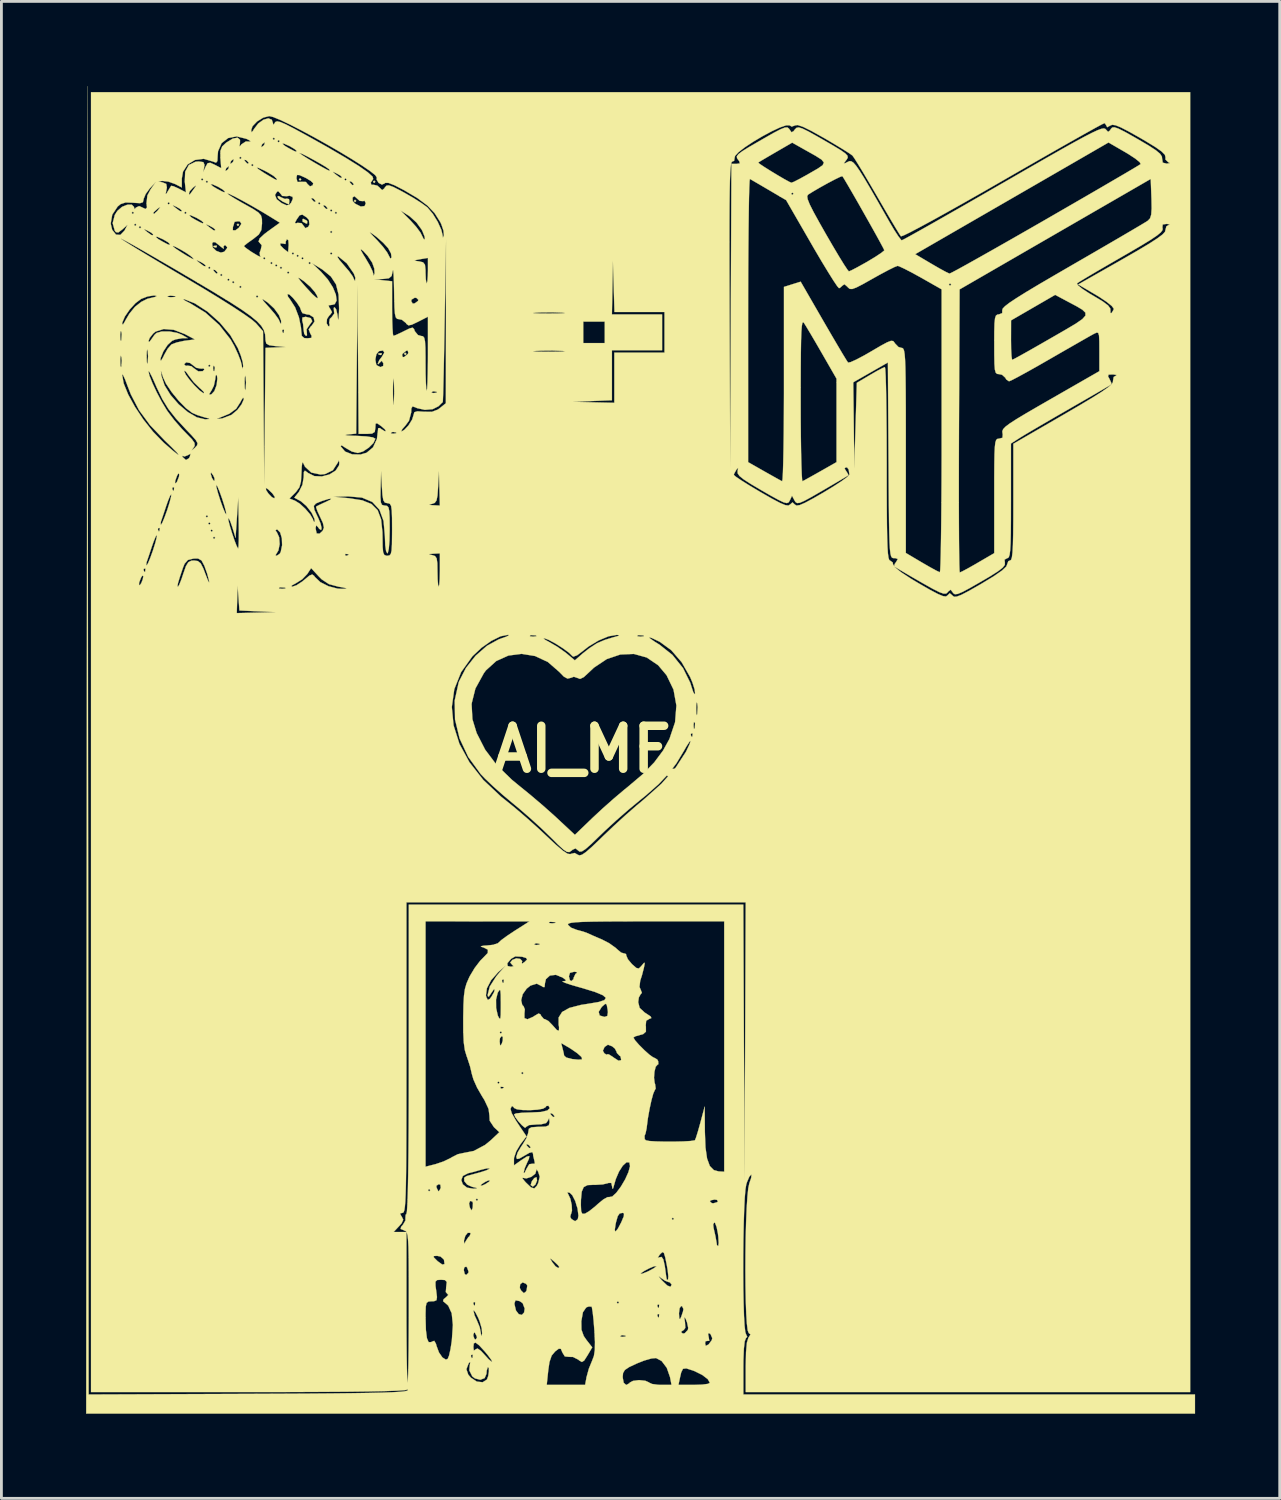
<source format=kicad_pcb>
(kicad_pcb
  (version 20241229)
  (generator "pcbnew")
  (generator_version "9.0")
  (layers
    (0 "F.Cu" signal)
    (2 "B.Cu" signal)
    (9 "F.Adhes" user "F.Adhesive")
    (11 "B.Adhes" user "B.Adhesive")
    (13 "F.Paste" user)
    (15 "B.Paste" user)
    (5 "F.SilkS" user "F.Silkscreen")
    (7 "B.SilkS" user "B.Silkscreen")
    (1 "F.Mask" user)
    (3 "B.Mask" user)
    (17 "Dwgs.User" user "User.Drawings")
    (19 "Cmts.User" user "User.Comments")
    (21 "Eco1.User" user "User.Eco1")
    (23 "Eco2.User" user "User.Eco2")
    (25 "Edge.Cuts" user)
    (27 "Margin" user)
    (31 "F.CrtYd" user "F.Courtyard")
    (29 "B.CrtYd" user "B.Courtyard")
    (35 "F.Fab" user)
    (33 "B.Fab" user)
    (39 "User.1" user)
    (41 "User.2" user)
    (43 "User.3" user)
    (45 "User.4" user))
  (footprint "AI_MF_D8"
    (layer "F.Cu")
    (at 19.648 23.5)
    (property "Reference" "AI_MF_D8" (at 0 0 0) (layer "F.SilkS") (effects (font (size 1.524 1.524) (thickness 0.3))))
    (attr through_hole)
    (fp_poly (pts (xy -14.224 -18.584) (xy -14.266 -18.542) (xy -14.309 -18.584) (xy -14.266 -18.627) (xy -14.224 -18.584)) (stroke (width 0.01) (type solid)) (fill yes) (layer "F.SilkS"))
    (fp_poly (pts (xy -12.023 -20.193) (xy -12.065 -20.151) (xy -12.107 -20.193) (xy -12.065 -20.235) (xy -12.023 -20.193)) (stroke (width 0.01) (type solid)) (fill yes) (layer "F.SilkS"))
    (fp_poly (pts (xy -10.075 -19.431) (xy -10.118 -19.389) (xy -10.16 -19.431) (xy -10.118 -19.473) (xy -10.075 -19.431)) (stroke (width 0.01) (type solid)) (fill yes) (layer "F.SilkS"))
    (fp_poly (pts (xy -9.398 -20.108) (xy -9.44 -20.066) (xy -9.483 -20.108) (xy -9.44 -20.151) (xy -9.398 -20.108)) (stroke (width 0.01) (type solid)) (fill yes) (layer "F.SilkS"))
    (fp_poly (pts (xy -8.297 -14.012) (xy -8.34 -13.97) (xy -8.382 -14.012) (xy -8.34 -14.055) (xy -8.297 -14.012)) (stroke (width 0.01) (type solid)) (fill yes) (layer "F.SilkS"))
    (fp_poly (pts (xy -15.014 -17.836) (xy -15.026 -17.786) (xy -15.071 -17.78) (xy -15.14 -17.811) (xy -15.127 -17.836) (xy -15.027 -17.847) (xy -15.014 -17.836)) (stroke (width 0.01) (type solid)) (fill yes) (layer "F.SilkS"))
    (fp_poly (pts (xy -9.172 -14.026) (xy -9.184 -13.976) (xy -9.229 -13.97) (xy -9.298 -14.001) (xy -9.285 -14.026) (xy -9.185 -14.037) (xy -9.172 -14.026)) (stroke (width 0.01) (type solid)) (fill yes) (layer "F.SilkS"))
    (fp_poly (pts (xy -11.828 -18.734) (xy -11.811 -18.711) (xy -11.815 -18.633) (xy -11.843 -18.627) (xy -11.963 -18.688) (xy -11.98 -18.711) (xy -11.976 -18.789) (xy -11.948 -18.796) (xy -11.828 -18.734)) (stroke (width 0.01) (type solid)) (fill yes) (layer "F.SilkS"))
    (fp_poly (pts (xy -3.686 15.167) (xy -3.669 15.279) (xy -3.726 15.421) (xy -3.815 15.494) (xy -3.819 15.494) (xy -3.893 15.441) (xy -3.893 15.431) (xy -3.852 15.303) (xy -3.766 15.192) (xy -3.69 15.163) (xy -3.686 15.167)) (stroke (width 0.01) (type solid)) (fill yes) (layer "F.SilkS"))
    (fp_poly (pts (xy -12.746 -19.561) (xy -12.602 -19.5) (xy -12.534 -19.513) (xy -12.459 -19.496) (xy -12.446 -19.436) (xy -12.457 -19.323) (xy -12.467 -19.31) (xy -12.55 -19.346) (xy -12.679 -19.407) (xy -12.824 -19.507) (xy -12.869 -19.581) (xy -12.818 -19.605) (xy -12.746 -19.561)) (stroke (width 0.01) (type solid)) (fill yes) (layer "F.SilkS"))
    (fp_poly (pts (xy -11.686 -15.279) (xy -11.634 -15.169) (xy -11.73 -15.036) (xy -11.732 -15.035) (xy -11.835 -14.884) (xy -11.827 -14.787) (xy -11.82 -14.67) (xy -11.856 -14.647) (xy -11.918 -14.72) (xy -11.938 -14.852) (xy -11.959 -15.071) (xy -11.989 -15.191) (xy -11.983 -15.299) (xy -11.867 -15.325) (xy -11.686 -15.279)) (stroke (width 0.01) (type solid)) (fill yes) (layer "F.SilkS"))
    (fp_poly (pts (xy -19.579 -0.317) (xy -19.558 22.861) (xy -13.913 22.839) (xy -12.757 22.834) (xy -11.759 22.829) (xy -10.911 22.822) (xy -10.2 22.814) (xy -9.619 22.805) (xy -9.155 22.794) (xy -8.799 22.781) (xy -8.54 22.766) (xy -8.369 22.749) (xy -8.275 22.729) (xy -8.247 22.71) (xy -8.251 22.661) (xy -8.268 22.689) (xy -8.363 22.709) (xy -8.625 22.726) (xy -9.055 22.741) (xy -9.654 22.753) (xy -10.421 22.763) (xy -11.356 22.769) (xy -12.461 22.774) (xy -13.734 22.775) (xy -13.892 22.775) (xy -19.473 22.775) (xy -19.473 22.521) (xy -3.326 22.521) (xy -1.966 22.521) (xy -1.916 22.253) (xy -0.635 22.253) (xy -0.598 22.447) (xy -0.508 22.525) (xy -0.399 22.464) (xy -0.381 22.437) (xy -0.268 22.379) (xy -0.064 22.352) (xy -0.042 22.352) (xy 0.167 22.375) (xy 0.292 22.43) (xy 0.296 22.437) (xy 0.406 22.488) (xy 0.621 22.518) (xy 0.723 22.521) (xy 1.096 22.521) (xy 1.341 22.521) (xy 1.898 22.521) (xy 2.18 22.511) (xy 2.381 22.485) (xy 2.455 22.45) (xy 2.381 22.318) (xy 2.186 22.169) (xy 1.912 22.033) (xy 1.844 22.008) (xy 1.619 21.936) (xy 1.502 21.951) (xy 1.439 22.078) (xy 1.4 22.246) (xy 1.341 22.521) (xy 1.096 22.521) (xy 1.043 22.246) (xy 0.928 21.916) (xy 0.746 21.675) (xy 0.548 21.57) (xy 0.384 21.585) (xy 0.127 21.659) (xy -0.129 21.76) (xy -0.404 21.889) (xy -0.556 21.991) (xy -0.621 22.1) (xy -0.635 22.251) (xy -0.635 22.253) (xy -1.916 22.253) (xy -1.912 22.234) (xy -1.833 21.946) (xy -1.721 21.672) (xy -1.655 21.5) (xy -1.622 21.289) (xy -1.618 21.045) (xy 2.286 21.045) (xy 2.308 21.139) (xy 2.399 21.093) (xy 2.413 21.082) (xy 2.52 20.94) (xy 2.54 20.865) (xy 2.477 20.721) (xy 2.446 20.695) (xy 2.389 20.702) (xy 2.413 20.828) (xy 2.435 20.961) (xy 2.38 20.961) (xy 2.301 20.974) (xy 2.286 21.045) (xy -1.618 21.045) (xy -1.617 20.996) (xy -1.627 20.808) (xy -0.725 20.808) (xy -0.642 20.821) (xy -0.532 20.806) (xy -0.531 20.777) (xy -0.644 20.757) (xy -0.693 20.77) (xy -0.725 20.808) (xy -1.627 20.808) (xy -1.634 20.656) (xy 1.439 20.656) (xy 1.501 20.703) (xy 1.566 20.689) (xy 1.675 20.574) (xy 1.687 20.501) (xy 1.647 20.31) (xy 1.603 20.193) (xy 1.557 20.115) (xy 1.555 20.185) (xy 1.573 20.299) (xy 1.585 20.501) (xy 1.531 20.574) (xy 1.443 20.633) (xy 1.439 20.656) (xy -1.634 20.656) (xy -1.638 20.592) (xy -1.665 20.24) (xy -1.684 20.066) (xy 0.593 20.066) (xy 0.624 20.136) (xy 0.649 20.122) (xy 0.659 20.022) (xy 0.649 20.01) (xy 0.599 20.021) (xy 0.593 20.066) (xy -1.684 20.066) (xy -1.693 19.981) (xy 1.36 19.981) (xy 1.361 20.003) (xy 1.371 20.172) (xy 1.399 20.188) (xy 1.439 20.108) (xy 1.502 19.922) (xy 1.518 19.833) (xy 1.471 19.735) (xy 1.439 19.727) (xy 1.383 19.801) (xy 1.36 19.981) (xy -1.693 19.981) (xy -1.696 19.955) (xy -1.725 19.777) (xy -1.738 19.739) (xy -1.839 19.738) (xy -1.93 19.781) (xy -2.044 19.948) (xy -2.1 20.264) (xy -2.1 20.267) (xy -2.095 20.565) (xy -2.014 20.79) (xy -1.92 20.926) (xy -1.713 21.19) (xy -1.883 21.478) (xy -1.998 21.658) (xy -2.08 21.71) (xy -2.175 21.655) (xy -2.209 21.625) (xy -2.396 21.531) (xy -2.533 21.528) (xy -2.684 21.513) (xy -2.769 21.376) (xy -2.825 21.244) (xy -2.898 21.238) (xy -3.027 21.335) (xy -3.151 21.483) (xy -3.229 21.711) (xy -3.272 22.006) (xy -3.326 22.521) (xy -19.473 22.521) (xy -19.473 17.103) (xy -8.75 17.103) (xy -8.298 17.103) (xy -8.297 17.104) (xy -8.297 19.77) (xy -8.296 20.422) (xy -8.292 21.017) (xy -8.287 21.534) (xy -8.279 21.952) (xy -8.27 22.253) (xy -8.26 22.414) (xy -8.255 22.437) (xy -8.245 22.355) (xy -8.235 22.125) (xy -8.232 21.965) (xy -6.173 21.965) (xy -6.105 22.16) (xy -6.011 22.267) (xy -5.803 22.404) (xy -5.596 22.427) (xy -5.446 22.332) (xy -5.445 22.331) (xy -5.399 22.207) (xy -5.375 22.049) (xy -5.377 21.923) (xy -5.41 21.893) (xy -5.415 21.897) (xy -5.452 22.011) (xy -5.461 22.127) (xy -5.525 22.281) (xy -5.679 22.339) (xy -5.868 22.291) (xy -5.965 22.217) (xy -6.069 22.006) (xy -6.057 21.853) (xy -6.035 21.716) (xy -6.069 21.728) (xy -6.092 21.759) (xy -6.173 21.965) (xy -8.232 21.965) (xy -8.227 21.765) (xy -8.22 21.297) (xy -8.216 20.74) (xy -8.213 20.115) (xy -8.213 19.995) (xy -7.619 19.995) (xy -7.619 20.13) (xy -7.607 20.578) (xy -7.571 20.867) (xy -7.51 21.007) (xy -7.42 21.006) (xy -7.401 20.992) (xy -7.312 20.959) (xy -7.251 21.063) (xy -7.231 21.138) (xy -7.144 21.372) (xy -7.023 21.547) (xy -6.902 21.624) (xy -6.836 21.602) (xy -6.796 21.505) (xy -6.011 21.505) (xy -5.98 21.575) (xy -5.955 21.562) (xy -5.945 21.461) (xy -5.955 21.449) (xy -6.005 21.461) (xy -6.011 21.505) (xy -6.796 21.505) (xy -6.787 21.484) (xy -6.734 21.249) (xy -6.725 21.188) (xy -5.925 21.188) (xy -5.908 21.307) (xy -5.854 21.267) (xy -5.779 21.23) (xy -5.657 21.314) (xy -5.537 21.445) (xy -5.384 21.612) (xy -5.279 21.701) (xy -5.259 21.706) (xy -5.29 21.633) (xy -5.406 21.475) (xy -5.513 21.345) (xy -5.721 21.118) (xy -5.848 21.022) (xy -5.91 21.051) (xy -5.925 21.188) (xy -6.725 21.188) (xy -6.689 20.955) (xy -6.677 20.786) (xy -5.927 20.786) (xy -5.882 20.898) (xy -5.845 20.913) (xy -5.798 20.851) (xy -5.811 20.786) (xy -5.871 20.674) (xy -5.893 20.659) (xy -5.923 20.728) (xy -5.927 20.786) (xy -6.677 20.786) (xy -6.651 20.396) (xy -6.693 19.981) (xy -6.732 19.897) (xy -5.922 19.897) (xy -5.881 20.061) (xy -5.8 20.235) (xy -5.702 20.473) (xy -5.664 20.659) (xy -5.65 20.791) (xy -5.629 20.761) (xy -5.615 20.697) (xy -5.629 20.519) (xy -5.702 20.269) (xy -5.752 20.147) (xy -5.848 19.957) (xy -5.909 19.877) (xy -5.922 19.897) (xy -6.732 19.897) (xy -6.816 19.713) (xy -6.884 19.65) (xy -6.893 19.643) (xy -5.927 19.643) (xy -5.896 19.712) (xy -5.87 19.699) (xy -5.862 19.615) (xy -4.468 19.615) (xy -4.467 19.669) (xy -4.417 19.883) (xy -4.319 20.013) (xy -4.209 20.042) (xy -4.127 19.955) (xy -4.106 19.815) (xy -4.14 19.727) (xy 0.593 19.727) (xy 0.624 19.797) (xy 0.649 19.784) (xy 0.659 19.683) (xy 0.649 19.671) (xy 0.599 19.683) (xy 0.593 19.727) (xy -4.14 19.727) (xy -4.181 19.622) (xy -4.214 19.6) (xy -0.847 19.6) (xy -0.804 19.643) (xy -0.762 19.6) (xy -0.804 19.558) (xy -0.847 19.6) (xy -4.214 19.6) (xy -4.291 19.551) (xy -4.429 19.524) (xy -4.468 19.615) (xy -5.862 19.615) (xy -5.86 19.599) (xy -5.87 19.586) (xy -5.921 19.598) (xy -5.927 19.643) (xy -6.893 19.643) (xy -6.999 19.554) (xy -6.977 19.481) (xy -6.896 19.418) (xy -6.813 19.332) (xy -6.84 19.304) (xy -6.902 19.231) (xy -6.89 19.084) (xy -4.281 19.084) (xy -4.232 19.179) (xy -4.136 19.27) (xy -4.068 19.221) (xy -4.04 19.174) (xy -4.015 19.003) (xy -4.055 18.94) (xy -4.178 18.889) (xy -4.266 18.954) (xy -4.281 19.084) (xy -6.89 19.084) (xy -6.888 19.05) (xy -6.868 18.873) (xy -6.932 18.806) (xy -7.069 18.796) (xy -7.209 18.805) (xy -7.268 18.864) (xy -7.266 19.016) (xy -7.243 19.177) (xy -7.215 19.41) (xy -7.233 19.521) (xy -7.318 19.556) (xy -7.403 19.558) (xy -7.518 19.567) (xy -7.583 19.617) (xy -7.612 19.747) (xy -7.619 19.995) (xy -8.213 19.995) (xy -8.213 19.762) (xy -8.213 19.019) (xy -8.214 18.668) (xy 0.64 18.668) (xy 0.669 18.717) (xy 0.756 18.818) (xy 0.942 18.997) (xy 1.061 19.046) (xy 1.101 18.965) (xy 1.034 18.886) (xy 1.002 18.881) (xy 0.867 18.83) (xy 0.726 18.733) (xy 0.64 18.668) (xy -8.214 18.668) (xy -8.215 18.452) (xy -6.265 18.452) (xy -6.231 18.593) (xy -6.181 18.627) (xy -6.134 18.585) (xy 0 18.585) (xy 0.067 18.578) (xy 0.234 18.512) (xy 0.295 18.483) (xy 0.474 18.386) (xy 0.558 18.319) (xy 0.557 18.309) (xy 0.47 18.322) (xy 0.306 18.39) (xy 0.133 18.481) (xy 0.016 18.561) (xy 0 18.585) (xy -6.134 18.585) (xy -6.105 18.558) (xy -6.096 18.505) (xy -6.148 18.361) (xy -6.181 18.33) (xy -6.247 18.356) (xy -6.265 18.452) (xy -8.215 18.452) (xy -8.215 18.428) (xy -8.218 17.998) (xy -7.331 17.998) (xy -7.215 18.115) (xy -7.189 18.14) (xy -7.026 18.257) (xy -6.947 18.241) (xy -6.966 18.095) (xy -6.974 18.074) (xy -6.992 18.058) (xy -3.198 18.058) (xy -3.124 18.182) (xy -3.014 18.32) (xy -2.917 18.381) (xy -2.879 18.343) (xy -2.934 18.273) (xy -3.06 18.153) (xy -3.185 18.046) (xy -3.198 18.058) (xy -6.992 18.058) (xy -7.039 18.016) (xy 0.606 18.016) (xy 0.657 18.003) (xy 0.744 17.986) (xy 0.806 18.076) (xy 0.856 18.299) (xy 0.878 18.457) (xy 0.908 18.687) (xy 0.928 18.789) (xy 0.95 18.804) (xy 0.974 18.781) (xy 0.983 18.681) (xy 0.962 18.469) (xy 0.931 18.287) (xy 0.872 17.995) (xy 0.826 17.845) (xy 0.775 17.815) (xy 0.702 17.88) (xy 0.668 17.921) (xy 0.606 18.016) (xy -7.039 18.016) (xy -7.088 17.974) (xy -7.207 17.949) (xy -7.327 17.955) (xy -7.331 17.998) (xy -8.218 17.998) (xy -8.219 17.97) (xy -8.226 17.629) (xy -8.236 17.441) (xy -6.257 17.441) (xy -6.245 17.526) (xy -6.207 17.45) (xy -6.204 17.441) (xy -6.107 17.291) (xy -6.065 17.255) (xy -6.021 17.162) (xy -6.04 17.131) (xy -6.125 17.131) (xy -6.211 17.24) (xy -6.257 17.401) (xy -6.257 17.441) (xy -8.236 17.441) (xy -8.239 17.387) (xy -8.257 17.226) (xy -8.282 17.127) (xy -8.297 17.104) (xy -8.297 17.103) (xy -8.298 17.103) (xy -8.316 17.075) (xy -8.358 17.05) (xy -8.385 17.042) (xy -8.401 17.036) (xy -0.916 17.036) (xy -0.888 17.088) (xy -0.805 16.986) (xy -0.723 16.833) (xy 2.572 16.833) (xy 2.586 16.959) (xy 2.652 17.251) (xy 2.696 17.5) (xy 2.703 17.561) (xy 2.741 17.604) (xy 2.752 17.596) (xy 2.767 17.494) (xy 2.755 17.285) (xy 2.74 17.159) (xy 2.694 16.927) (xy 2.639 16.785) (xy 2.612 16.764) (xy 2.572 16.833) (xy -0.723 16.833) (xy -0.687 16.764) (xy -0.633 16.637) (xy 1.101 16.637) (xy 1.143 16.679) (xy 1.185 16.637) (xy 1.143 16.595) (xy 1.101 16.637) (xy -0.633 16.637) (xy -0.595 16.548) (xy -0.588 16.445) (xy -0.638 16.425) (xy -0.741 16.447) (xy -0.809 16.541) (xy -0.869 16.75) (xy -0.886 16.828) (xy -0.916 17.036) (xy -8.401 17.036) (xy -8.503 16.996) (xy -8.485 16.92) (xy -8.419 16.843) (xy -8.332 16.696) (xy -8.333 16.606) (xy -8.325 16.492) (xy -8.299 16.469) (xy -8.279 16.371) (xy -8.262 16.105) (xy -8.261 16.095) (xy -6.078 16.095) (xy -6.051 16.231) (xy -5.996 16.337) (xy -5.962 16.285) (xy -5.948 16.228) (xy -5.941 16.074) (xy -5.962 16.024) (xy -6.042 16.003) (xy -6.078 16.095) (xy -8.261 16.095) (xy -8.257 15.96) (xy -5.842 15.96) (xy -5.8 16.002) (xy -5.757 15.96) (xy -5.8 15.917) (xy -5.842 15.96) (xy -8.257 15.96) (xy -8.248 15.696) (xy -2.6 15.696) (xy -2.563 15.767) (xy -2.488 15.927) (xy -2.441 16.145) (xy -2.431 16.35) (xy -2.466 16.473) (xy -2.474 16.479) (xy -2.492 16.571) (xy -2.45 16.644) (xy -2.32 16.721) (xy -2.225 16.651) (xy -2.202 16.526) (xy -2.234 16.269) (xy -2.272 16.148) (xy -2.116 16.148) (xy -2.106 16.37) (xy -2.064 16.46) (xy -1.972 16.454) (xy -1.968 16.453) (xy -1.822 16.366) (xy -1.618 16.204) (xy -1.51 16.107) (xy -1.405 16.02) (xy 2.455 16.02) (xy 2.524 16.08) (xy 2.577 16.087) (xy 2.714 16.047) (xy 2.74 16.02) (xy 2.706 15.966) (xy 2.618 15.954) (xy 2.484 15.982) (xy 2.455 16.02) (xy -1.405 16.02) (xy -1.318 15.949) (xy -1.167 15.866) (xy -1.116 15.866) (xy -1.004 15.846) (xy -0.856 15.708) (xy -0.696 15.492) (xy -0.546 15.237) (xy -0.431 14.983) (xy -0.374 14.771) (xy -0.397 14.64) (xy -0.399 14.638) (xy -0.5 14.634) (xy -0.631 14.754) (xy -0.766 14.965) (xy -0.879 15.229) (xy -0.922 15.379) (xy -0.973 15.557) (xy -1.001 15.567) (xy -1.007 15.506) (xy -1.038 15.366) (xy -1.136 15.364) (xy -1.164 15.376) (xy -1.342 15.417) (xy -1.597 15.433) (xy -1.663 15.432) (xy -1.881 15.442) (xy -2.016 15.513) (xy -2.086 15.677) (xy -2.113 15.964) (xy -2.116 16.148) (xy -2.272 16.148) (xy -2.315 16.006) (xy -2.421 15.799) (xy -2.511 15.712) (xy -2.6 15.696) (xy -8.248 15.696) (xy -8.247 15.673) (xy -8.246 15.621) (xy -7.535 15.621) (xy -7.493 15.663) (xy -7.451 15.621) (xy -7.493 15.579) (xy -7.535 15.621) (xy -8.246 15.621) (xy -8.243 15.466) (xy -7.237 15.466) (xy -7.227 15.536) (xy -7.172 15.648) (xy -7.154 15.663) (xy -7.108 15.597) (xy -7.081 15.536) (xy -7.094 15.427) (xy -7.154 15.409) (xy -7.237 15.466) (xy -8.243 15.466) (xy -8.239 15.263) (xy -6.354 15.263) (xy -6.299 15.416) (xy -6.149 15.532) (xy -5.931 15.569) (xy -5.797 15.559) (xy -5.815 15.54) (xy -5.968 15.504) (xy -6.07 15.458) (xy -5.673 15.458) (xy -5.61 15.457) (xy -5.503 15.409) (xy -5.37 15.322) (xy -5.334 15.276) (xy -5.396 15.277) (xy -5.503 15.325) (xy -5.636 15.412) (xy -5.673 15.458) (xy -6.07 15.458) (xy -6.146 15.423) (xy -6.248 15.299) (xy -6.249 15.196) (xy -4.191 15.196) (xy -4.107 15.302) (xy -4.064 15.35) (xy -3.884 15.522) (xy -3.767 15.56) (xy -3.675 15.466) (xy -3.626 15.368) (xy -3.573 15.144) (xy -3.63 14.966) (xy -3.69 14.871) (xy -3.692 14.912) (xy -3.731 15.039) (xy -3.872 15.149) (xy -4.048 15.205) (xy -4.176 15.183) (xy -4.191 15.196) (xy -6.249 15.196) (xy -6.249 15.18) (xy -6.166 15.122) (xy -6.019 15.081) (xy -5.783 15.016) (xy -5.686 14.99) (xy -5.475 14.923) (xy -5.361 14.869) (xy -5.354 14.853) (xy -5.452 14.85) (xy -5.636 14.893) (xy -5.638 14.894) (xy -5.907 14.971) (xy -6.117 15.023) (xy -6.298 15.117) (xy -6.354 15.263) (xy -8.239 15.263) (xy -8.235 15.074) (xy -8.231 14.79) (xy -7.62 14.79) (xy -7.26 14.698) (xy -6.98 14.603) (xy -6.735 14.485) (xy -6.691 14.457) (xy -6.478 14.348) (xy -6.301 14.309) (xy -5.91 14.232) (xy -5.511 14.019) (xy -5.301 13.847) (xy -5.005 13.567) (xy -5.197 13.387) (xy -5.346 13.161) (xy -5.357 12.974) (xy -5.386 12.742) (xy -5.388 12.737) (xy -4.611 12.737) (xy -4.566 12.894) (xy -4.424 13.145) (xy -4.286 13.355) (xy -4.043 13.714) (xy -4.265 14.006) (xy -4.406 14.242) (xy -4.483 14.469) (xy -4.487 14.52) (xy -4.487 14.744) (xy -4.241 14.568) (xy -4.033 14.432) (xy -3.942 14.411) (xy -3.956 14.509) (xy -4.019 14.643) (xy -4.108 14.848) (xy -4.142 14.999) (xy -4.142 15.003) (xy -4.114 15.014) (xy -4.055 14.893) (xy -4.048 14.875) (xy -3.945 14.701) (xy -3.834 14.685) (xy -3.745 14.686) (xy -3.758 14.599) (xy -3.805 14.403) (xy -3.81 14.337) (xy -3.837 14.272) (xy -3.94 14.298) (xy -4.106 14.393) (xy -4.294 14.501) (xy -4.381 14.517) (xy -4.403 14.446) (xy -4.403 14.437) (xy -4.354 14.284) (xy -4.232 14.077) (xy -4.191 14.02) (xy -4.175 13.994) (xy -4.05 13.994) (xy -4.03 14.042) (xy -3.945 14.132) (xy -3.895 14.114) (xy -3.895 14.102) (xy -3.955 14.03) (xy -3.992 14.004) (xy -4.05 13.994) (xy -4.175 13.994) (xy -4.055 13.798) (xy -3.983 13.597) (xy -3.979 13.56) (xy -3.958 13.446) (xy -3.865 13.393) (xy -3.655 13.378) (xy -3.598 13.377) (xy -3.363 13.368) (xy -3.254 13.326) (xy -3.226 13.227) (xy -3.227 13.187) (xy -3.242 13.072) (xy -3.269 13.12) (xy -3.276 13.145) (xy -3.347 13.243) (xy -3.52 13.287) (xy -3.689 13.293) (xy -3.951 13.315) (xy -4.061 13.381) (xy -4.064 13.399) (xy -4.108 13.403) (xy -4.211 13.314) (xy -4.335 13.177) (xy -4.439 13.035) (xy -4.484 12.933) (xy -4.408 12.901) (xy -4.339 12.894) (xy -3.204 12.894) (xy -3.183 12.941) (xy -3.098 13.032) (xy -3.049 13.013) (xy -3.048 13.001) (xy -3.108 12.93) (xy -3.146 12.904) (xy -3.204 12.894) (xy -4.339 12.894) (xy -4.206 12.879) (xy -3.92 12.869) (xy -3.9 12.869) (xy -3.536 12.851) (xy -3.304 12.798) (xy -3.218 12.716) (xy -3.263 12.631) (xy -3.341 12.639) (xy -3.363 12.679) (xy -3.457 12.734) (xy -3.659 12.77) (xy -3.916 12.786) (xy -4.174 12.782) (xy -4.381 12.756) (xy -4.484 12.708) (xy -4.487 12.695) (xy -4.539 12.643) (xy -4.568 12.655) (xy -4.611 12.737) (xy -5.388 12.737) (xy -5.532 12.431) (xy -5.625 12.28) (xy -5.794 11.986) (xy -5.803 11.966) (xy -4.967 11.966) (xy -4.955 12.017) (xy -4.911 12.023) (xy -4.841 11.992) (xy -4.854 11.966) (xy -4.955 11.956) (xy -4.967 11.966) (xy -5.803 11.966) (xy -5.872 11.811) (xy -5.08 11.811) (xy -5.038 11.853) (xy -4.995 11.811) (xy -5.038 11.769) (xy -5.08 11.811) (xy -5.872 11.811) (xy -5.923 11.696) (xy -5.975 11.518) (xy -5.986 11.472) (xy -4.233 11.472) (xy -4.191 11.515) (xy -4.149 11.472) (xy -4.191 11.43) (xy -4.233 11.472) (xy -5.986 11.472) (xy -6.042 11.236) (xy -6.142 10.929) (xy -6.161 10.88) (xy -6.226 10.664) (xy -6.266 10.381) (xy -6.268 10.329) (xy -4.995 10.329) (xy -4.982 10.467) (xy -4.963 10.499) (xy -4.918 10.429) (xy -4.911 10.407) (xy -2.816 10.407) (xy -2.764 10.601) (xy -2.722 10.775) (xy -2.71 10.852) (xy -2.632 10.922) (xy -2.427 10.975) (xy -2.212 10.997) (xy -2.076 10.988) (xy -2.084 10.921) (xy -2.113 10.884) (xy -2.25 10.763) (xy -2.366 10.683) (xy -1.337 10.683) (xy -1.283 10.773) (xy -1.2 10.825) (xy -1.185 10.806) (xy -1.128 10.808) (xy -0.988 10.896) (xy -0.955 10.922) (xy -0.784 11.032) (xy -0.698 11.018) (xy -0.688 10.996) (xy -0.713 10.878) (xy -0.749 10.856) (xy -0.842 10.757) (xy -0.847 10.724) (xy -0.911 10.604) (xy -1.009 10.523) (xy -1.158 10.467) (xy -1.272 10.544) (xy -1.276 10.548) (xy -1.337 10.683) (xy -2.366 10.683) (xy -2.461 10.617) (xy -2.515 10.584) (xy -2.816 10.407) (xy -4.911 10.407) (xy -4.886 10.329) (xy -4.881 10.194) (xy -4.919 10.16) (xy -4.981 10.231) (xy -4.995 10.329) (xy -6.268 10.329) (xy -6.282 10.033) (xy -4.995 10.033) (xy -4.953 10.075) (xy -4.911 10.033) (xy -4.953 9.991) (xy -4.995 10.033) (xy -6.282 10.033) (xy -6.284 9.996) (xy -6.285 9.507) (xy -6.276 9.056) (xy -6.258 8.732) (xy -6.256 8.717) (xy -5.481 8.717) (xy -5.465 8.783) (xy -5.412 8.882) (xy -5.385 8.867) (xy -5.122 8.867) (xy -5.119 9.166) (xy -5.059 9.434) (xy -5.025 9.503) (xy -4.988 9.551) (xy -4.967 9.529) (xy -4.956 9.407) (xy -4.953 9.157) (xy -4.953 8.992) (xy -4.954 8.891) (xy -4.232 8.891) (xy -4.192 9.061) (xy -4.148 9.102) (xy -4.102 9.214) (xy -4.115 9.361) (xy -4.115 9.525) (xy -4.008 9.566) (xy -3.81 9.48) (xy -3.753 9.442) (xy -3.615 9.361) (xy -3.549 9.39) (xy -3.525 9.442) (xy -3.43 9.553) (xy -3.38 9.567) (xy -3.265 9.628) (xy -3.121 9.775) (xy -3.118 9.779) (xy -2.967 9.948) (xy -2.893 9.97) (xy -2.889 9.843) (xy -2.904 9.758) (xy -2.904 9.505) (xy -2.783 9.311) (xy -2.767 9.302) (xy -1.485 9.302) (xy -1.45 9.432) (xy -1.28 9.483) (xy -1.28 9.483) (xy -1.178 9.448) (xy -1.158 9.314) (xy -1.168 9.221) (xy -1.201 9.045) (xy -1.252 9.017) (xy -1.366 9.118) (xy -1.376 9.127) (xy -1.485 9.302) (xy -2.767 9.302) (xy -2.527 9.165) (xy -2.123 9.059) (xy -1.863 9.018) (xy -1.494 8.956) (xy -1.282 8.887) (xy -1.23 8.807) (xy -1.338 8.713) (xy -1.61 8.6) (xy -2.046 8.465) (xy -2.166 8.432) (xy -2.472 8.343) (xy -2.682 8.272) (xy -2.771 8.228) (xy -2.754 8.219) (xy -2.644 8.206) (xy -2.668 8.159) (xy -2.772 8.083) (xy -2.871 8.043) (xy -2.54 8.043) (xy -2.505 8.181) (xy -2.455 8.213) (xy -2.379 8.145) (xy -2.371 8.093) (xy -2.307 7.957) (xy -2.265 7.93) (xy -2.25 7.896) (xy -2.349 7.881) (xy -2.503 7.921) (xy -2.54 8.043) (xy -2.871 8.043) (xy -3.002 7.991) (xy -3.213 8.016) (xy -3.355 8.145) (xy -3.387 8.281) (xy -3.403 8.426) (xy -3.462 8.423) (xy -3.488 8.399) (xy -3.679 8.304) (xy -3.9 8.372) (xy -4.037 8.481) (xy -4.177 8.678) (xy -4.232 8.891) (xy -4.954 8.891) (xy -4.956 8.696) (xy -4.968 8.548) (xy -4.998 8.524) (xy -5.05 8.605) (xy -5.064 8.631) (xy -5.122 8.867) (xy -5.385 8.867) (xy -5.347 8.847) (xy -5.286 8.768) (xy -5.192 8.605) (xy -5.168 8.514) (xy -5.204 8.512) (xy -5.288 8.629) (xy -5.292 8.636) (xy -5.377 8.765) (xy -5.411 8.75) (xy -5.416 8.694) (xy -5.343 8.404) (xy -5.221 8.213) (xy -4.911 8.213) (xy -4.88 8.282) (xy -4.854 8.269) (xy -4.844 8.169) (xy -4.854 8.156) (xy -4.905 8.168) (xy -4.911 8.213) (xy -5.221 8.213) (xy -5.118 8.051) (xy -5.006 7.916) (xy -4.784 7.662) (xy -5.053 7.905) (xy -5.297 8.181) (xy -5.446 8.466) (xy -5.481 8.717) (xy -6.256 8.717) (xy -6.224 8.492) (xy -6.167 8.296) (xy -6.081 8.099) (xy -6.05 8.035) (xy -5.878 7.748) (xy -5.752 7.583) (xy -4.723 7.583) (xy -4.709 7.68) (xy -4.593 7.703) (xy -4.501 7.685) (xy -4.555 7.632) (xy -4.619 7.555) (xy -4.544 7.463) (xy -4.404 7.407) (xy -4.266 7.427) (xy -4.194 7.503) (xy -4.208 7.565) (xy -4.2 7.596) (xy -4.113 7.538) (xy -4.02 7.447) (xy -4.057 7.394) (xy -4.199 7.35) (xy -4.44 7.338) (xy -4.589 7.424) (xy -4.723 7.583) (xy -5.752 7.583) (xy -5.682 7.492) (xy -5.576 7.385) (xy -5.415 7.217) (xy -5.411 7.101) (xy -5.567 7.02) (xy -5.63 7.003) (xy -5.662 6.977) (xy -5.548 6.958) (xy -5.445 6.952) (xy -5.211 6.926) (xy -5.201 6.922) (xy -3.773 6.922) (xy -3.69 6.936) (xy -3.58 6.92) (xy -3.579 6.892) (xy -3.692 6.871) (xy -3.741 6.885) (xy -3.773 6.922) (xy -5.201 6.922) (xy -5.055 6.871) (xy -5.032 6.849) (xy -4.936 6.76) (xy -4.737 6.614) (xy -4.476 6.44) (xy -4.456 6.427) (xy -4.103 6.203) (xy -2.575 6.203) (xy -2.573 6.218) (xy -2.464 6.32) (xy -2.266 6.397) (xy -2.261 6.398) (xy -2.03 6.46) (xy -1.865 6.521) (xy -1.709 6.593) (xy -1.473 6.695) (xy -1.38 6.733) (xy -1.113 6.871) (xy -0.885 7.034) (xy -0.839 7.078) (xy -0.691 7.202) (xy -0.585 7.234) (xy -0.58 7.231) (xy -0.516 7.255) (xy -0.508 7.304) (xy -0.451 7.438) (xy -0.311 7.606) (xy -0.296 7.621) (xy -0.148 7.749) (xy -0.061 7.766) (xy 0.027 7.679) (xy 0.044 7.657) (xy 0.129 7.558) (xy 0.147 7.589) (xy 0.116 7.747) (xy 0.049 8.006) (xy -0.014 8.202) (xy -0.039 8.422) (xy 0.002 8.512) (xy 0.046 8.63) (xy 0.004 8.676) (xy -0.062 8.793) (xy -0.085 8.961) (xy -0.033 9.163) (xy 0.147 9.329) (xy 0.191 9.356) (xy 0.355 9.465) (xy 0.382 9.524) (xy 0.309 9.552) (xy 0.198 9.619) (xy 0.183 9.784) (xy 0.188 9.826) (xy 0.189 10.006) (xy 0.091 10.092) (xy -0.015 10.121) (xy -0.186 10.17) (xy -0.254 10.213) (xy -0.196 10.311) (xy -0.053 10.474) (xy 0.131 10.658) (xy 0.311 10.819) (xy 0.442 10.913) (xy 0.47 10.922) (xy 0.589 10.99) (xy 0.623 11.049) (xy 0.63 11.158) (xy 0.6 11.176) (xy 0.535 11.249) (xy 0.491 11.425) (xy 0.476 11.638) (xy 0.498 11.82) (xy 0.514 11.862) (xy 0.535 12.02) (xy 0.502 12.08) (xy 0.449 12.199) (xy 0.384 12.437) (xy 0.317 12.746) (xy 0.258 13.077) (xy 0.219 13.381) (xy 0.215 13.424) (xy 0.175 13.615) (xy 0.141 13.693) (xy 0.146 13.814) (xy 0.189 13.855) (xy 0.308 13.879) (xy 0.546 13.894) (xy 0.856 13.901) (xy 1.194 13.901) (xy 1.513 13.894) (xy 1.768 13.879) (xy 1.913 13.857) (xy 1.927 13.849) (xy 1.965 13.755) (xy 2.031 13.542) (xy 2.112 13.255) (xy 2.117 13.236) (xy 2.271 12.658) (xy 2.278 13.561) (xy 2.299 14.107) (xy 2.356 14.503) (xy 2.453 14.765) (xy 2.597 14.911) (xy 2.762 14.956) (xy 2.963 14.968) (xy 2.963 6.096) (xy 0.172 6.096) (xy -0.598 6.097) (xy -1.215 6.1) (xy -1.694 6.106) (xy -2.051 6.115) (xy -2.302 6.129) (xy -2.463 6.148) (xy -2.548 6.172) (xy -2.575 6.203) (xy -4.103 6.203) (xy -4.028 6.155) (xy -3.249 6.155) (xy -3.133 6.167) (xy -3.012 6.154) (xy -3.027 6.125) (xy -3.2 6.113) (xy -3.239 6.125) (xy -3.249 6.155) (xy -4.028 6.155) (xy -3.937 6.098) (xy -5.779 6.097) (xy -7.62 6.096) (xy -7.62 14.79) (xy -8.231 14.79) (xy -8.225 14.311) (xy -8.218 13.384) (xy -8.214 12.294) (xy -8.213 11.043) (xy -8.213 10.959) (xy -8.213 5.503) (xy 3.639 5.503) (xy 3.684 15.282) (xy 3.705 10.351) (xy 3.725 5.419) (xy -8.297 5.419) (xy -8.297 10.922) (xy -8.298 12.027) (xy -8.299 12.975) (xy -8.301 13.777) (xy -8.304 14.446) (xy -8.309 14.993) (xy -8.316 15.431) (xy -8.325 15.77) (xy -8.337 16.024) (xy -8.352 16.204) (xy -8.369 16.322) (xy -8.391 16.391) (xy -8.416 16.421) (xy -8.435 16.425) (xy -8.525 16.447) (xy -8.479 16.538) (xy -8.465 16.555) (xy -8.411 16.667) (xy -8.466 16.792) (xy -8.554 16.893) (xy -8.75 17.103) (xy -19.473 17.103) (xy -19.473 -1.5) (xy -6.689 -1.5) (xy -6.627 -0.848) (xy -6.419 -0.191) (xy -6.066 0.458) (xy -5.573 1.086) (xy -4.942 1.68) (xy -4.795 1.796) (xy -4.446 2.08) (xy -4.035 2.432) (xy -3.622 2.803) (xy -3.35 3.057) (xy -3.002 3.382) (xy -2.753 3.593) (xy -2.588 3.7) (xy -2.491 3.715) (xy -2.477 3.707) (xy -2.335 3.673) (xy -2.239 3.729) (xy -2.169 3.76) (xy -2.074 3.735) (xy -1.932 3.638) (xy -1.723 3.454) (xy -1.423 3.168) (xy -1.329 3.076) (xy -0.953 2.718) (xy -0.542 2.342) (xy -0.149 1.998) (xy 0.112 1.78) (xy 0.739 1.221) (xy 1.243 0.651) (xy 1.604 0.094) (xy 1.615 0.073) (xy 1.737 -0.184) (xy 1.774 -0.299) (xy 1.733 -0.269) (xy 1.62 -0.096) (xy 1.53 0.062) (xy 1.27 0.494) (xy 0.984 0.872) (xy 0.638 1.236) (xy 0.196 1.626) (xy -0.032 1.811) (xy -0.433 2.143) (xy -0.869 2.524) (xy -1.273 2.896) (xy -1.454 3.071) (xy -1.748 3.356) (xy -1.949 3.533) (xy -2.08 3.618) (xy -2.163 3.625) (xy -2.207 3.591) (xy -2.305 3.511) (xy -2.411 3.559) (xy -2.451 3.594) (xy -2.525 3.642) (xy -2.612 3.633) (xy -2.737 3.55) (xy -2.927 3.376) (xy -3.179 3.124) (xy -3.506 2.808) (xy -3.906 2.443) (xy -4.317 2.087) (xy -4.541 1.902) (xy -4.891 1.608) (xy -5.231 1.305) (xy -5.515 1.035) (xy -5.664 0.879) (xy -6.107 0.269) (xy -6.413 -0.384) (xy -6.575 -1.057) (xy -6.585 -1.615) (xy -5.988 -1.615) (xy -5.959 -1.065) (xy -5.81 -0.578) (xy -5.508 0.013) (xy -5.1 0.555) (xy -4.561 1.079) (xy -4.292 1.3) (xy -3.901 1.618) (xy -3.468 1.986) (xy -3.07 2.34) (xy -2.963 2.438) (xy -2.328 3.031) (xy -1.693 2.42) (xy -1.34 2.092) (xy -0.947 1.744) (xy -0.582 1.435) (xy -0.466 1.342) (xy 0.071 0.888) (xy 0.481 0.467) (xy 0.795 0.047) (xy 1.024 -0.369) (xy 1.07 -0.508) (xy 1.778 -0.508) (xy 1.809 -0.438) (xy 1.834 -0.452) (xy 1.845 -0.552) (xy 1.834 -0.564) (xy 1.784 -0.553) (xy 1.778 -0.508) (xy 1.07 -0.508) (xy 1.184 -0.847) (xy 1.876 -0.847) (xy 1.889 -0.726) (xy 1.919 -0.741) (xy 1.93 -0.914) (xy 1.919 -0.953) (xy 1.888 -0.963) (xy 1.876 -0.847) (xy 1.184 -0.847) (xy 1.222 -0.961) (xy 1.26 -1.439) (xy 1.97 -1.439) (xy 1.977 -1.256) (xy 1.994 -1.206) (xy 2.007 -1.249) (xy 2.021 -1.496) (xy 2.007 -1.63) (xy 1.986 -1.67) (xy 1.973 -1.564) (xy 1.97 -1.439) (xy 1.26 -1.439) (xy 1.269 -1.551) (xy 1.167 -2.115) (xy 0.92 -2.626) (xy 0.622 -2.979) (xy 0.218 -3.253) (xy -0.237 -3.379) (xy -0.718 -3.359) (xy -1.198 -3.197) (xy -1.652 -2.894) (xy -1.808 -2.747) (xy -2.012 -2.558) (xy -2.145 -2.493) (xy -2.216 -2.521) (xy -2.365 -2.571) (xy -2.468 -2.533) (xy -2.589 -2.505) (xy -2.72 -2.576) (xy -2.882 -2.743) (xy -3.285 -3.093) (xy -3.739 -3.305) (xy -4.215 -3.382) (xy -4.683 -3.322) (xy -5.114 -3.128) (xy -5.479 -2.798) (xy -5.553 -2.699) (xy -5.853 -2.154) (xy -5.988 -1.615) (xy -6.585 -1.615) (xy -6.587 -1.726) (xy -6.446 -2.367) (xy -6.43 -2.41) (xy -6.187 -2.883) (xy -5.845 -3.315) (xy -5.443 -3.667) (xy -5.021 -3.899) (xy -4.943 -3.925) (xy -4.934 -3.929) (xy -3.446 -3.929) (xy -3.367 -3.871) (xy -3.254 -3.81) (xy -2.957 -3.637) (xy -2.666 -3.432) (xy -2.619 -3.394) (xy -2.329 -3.152) (xy -2.052 -3.395) (xy -1.811 -3.584) (xy -1.568 -3.743) (xy -1.526 -3.767) (xy -1.265 -3.877) (xy -0.973 -3.967) (xy -0.955 -3.972) (xy -0.945 -3.974) (xy 0.3 -3.974) (xy 0.331 -3.931) (xy 0.504 -3.81) (xy 0.675 -3.704) (xy 1.127 -3.345) (xy 1.502 -2.878) (xy 1.759 -2.358) (xy 1.804 -2.214) (xy 1.867 -2.022) (xy 1.916 -1.95) (xy 1.932 -1.976) (xy 1.914 -2.126) (xy 1.837 -2.367) (xy 1.754 -2.565) (xy 1.456 -3.085) (xy 1.089 -3.511) (xy 0.686 -3.805) (xy 0.668 -3.815) (xy 0.412 -3.937) (xy 0.3 -3.974) (xy -0.945 -3.974) (xy -0.834 -4.005) (xy -0.116 -4.005) (xy 0 -3.993) (xy 0.12 -4.006) (xy 0.106 -4.035) (xy -0.068 -4.047) (xy -0.106 -4.035) (xy -0.116 -4.005) (xy -0.834 -4.005) (xy -0.778 -4.02) (xy -0.761 -4.046) (xy -0.847 -4.054) (xy -1.136 -4.004) (xy -1.487 -3.858) (xy -1.845 -3.642) (xy -2.052 -3.48) (xy -2.248 -3.332) (xy -2.38 -3.283) (xy -2.411 -3.298) (xy -2.533 -3.42) (xy -2.751 -3.58) (xy -3.008 -3.744) (xy -3.249 -3.874) (xy -3.387 -3.927) (xy -3.446 -3.929) (xy -4.934 -3.929) (xy -4.744 -3.996) (xy -4.729 -4.005) (xy -3.926 -4.005) (xy -3.81 -3.993) (xy -3.69 -4.006) (xy -3.704 -4.035) (xy -3.878 -4.047) (xy -3.916 -4.035) (xy -3.926 -4.005) (xy -4.729 -4.005) (xy -4.663 -4.044) (xy -4.693 -4.058) (xy -4.963 -4.004) (xy -5.291 -3.842) (xy -5.635 -3.6) (xy -5.95 -3.305) (xy -5.963 -3.291) (xy -6.36 -2.735) (xy -6.601 -2.133) (xy -6.689 -1.5) (xy -19.473 -1.5) (xy -19.473 -4.826) (xy -14.309 -4.826) (xy -13.61 -4.843) (xy -12.912 -4.86) (xy -13.564 -4.889) (xy -14.215 -4.918) (xy -14.246 -5.359) (xy -14.27 -5.698) (xy -12.816 -5.698) (xy -12.7 -5.686) (xy -12.58 -5.699) (xy -12.594 -5.729) (xy -12.768 -5.74) (xy -12.806 -5.729) (xy -12.816 -5.698) (xy -14.27 -5.698) (xy -14.275 -5.763) (xy -12.366 -5.763) (xy -12.343 -5.761) (xy -12.193 -5.812) (xy -11.991 -5.943) (xy -11.915 -6.005) (xy -11.737 -6.153) (xy -11.635 -6.195) (xy -11.566 -6.144) (xy -11.54 -6.105) (xy -11.349 -5.924) (xy -11.058 -5.777) (xy -10.734 -5.693) (xy -10.583 -5.685) (xy -10.435 -5.693) (xy -10.428 -5.709) (xy -10.575 -5.74) (xy -10.71 -5.763) (xy -11.043 -5.853) (xy -11.298 -6.021) (xy -11.404 -6.127) (xy -11.674 -6.421) (xy -11.812 -6.209) (xy -11.99 -6.025) (xy -12.22 -5.881) (xy -12.36 -5.805) (xy -12.366 -5.763) (xy -14.275 -5.763) (xy -14.277 -5.8) (xy -14.293 -5.313) (xy -14.309 -4.826) (xy -19.473 -4.826) (xy -19.473 -5.785) (xy -16.41 -5.785) (xy -16.393 -5.757) (xy -16.346 -5.831) (xy -16.27 -6.022) (xy -16.203 -6.223) (xy -16.11 -6.489) (xy -16.026 -6.629) (xy -15.92 -6.682) (xy -15.824 -6.689) (xy -15.688 -6.67) (xy -15.589 -6.591) (xy -15.496 -6.412) (xy -15.416 -6.202) (xy -15.334 -5.992) (xy -15.288 -5.906) (xy -15.287 -5.961) (xy -15.288 -5.964) (xy -15.356 -6.222) (xy -15.454 -6.496) (xy -15.455 -6.499) (xy -15.556 -6.69) (xy -15.679 -6.76) (xy -15.844 -6.758) (xy -16.041 -6.708) (xy -16.158 -6.574) (xy -16.215 -6.435) (xy -16.329 -6.096) (xy -16.391 -5.889) (xy -16.41 -5.785) (xy -19.473 -5.785) (xy -19.473 -5.842) (xy -17.773 -5.842) (xy -17.746 -5.81) (xy -17.694 -5.886) (xy -17.641 -6.017) (xy -17.618 -6.138) (xy -17.649 -6.154) (xy -17.695 -6.096) (xy -17.766 -5.915) (xy -17.773 -5.842) (xy -19.473 -5.842) (xy -19.473 -6.35) (xy -17.611 -6.35) (xy -17.58 -6.28) (xy -17.554 -6.294) (xy -17.544 -6.394) (xy -17.554 -6.406) (xy -17.605 -6.395) (xy -17.611 -6.35) (xy -19.473 -6.35) (xy -19.473 -6.529) (xy -17.515 -6.529) (xy -17.5 -6.519) (xy -17.453 -6.593) (xy -17.373 -6.785) (xy -17.341 -6.873) (xy -12.938 -6.873) (xy -12.895 -6.858) (xy -12.807 -6.914) (xy -10.47 -6.914) (xy -10.459 -6.864) (xy -10.414 -6.858) (xy -10.344 -6.889) (xy -10.358 -6.914) (xy -10.458 -6.925) (xy -10.47 -6.914) (xy -12.807 -6.914) (xy -12.789 -6.926) (xy -12.751 -6.992) (xy -12.702 -7.231) (xy -12.711 -7.48) (xy -12.771 -7.683) (xy -12.87 -7.786) (xy -12.895 -7.789) (xy -12.936 -7.75) (xy -12.886 -7.688) (xy -12.807 -7.513) (xy -12.789 -7.27) (xy -12.834 -7.045) (xy -12.886 -6.96) (xy -12.938 -6.873) (xy -17.341 -6.873) (xy -17.28 -7.042) (xy -17.195 -7.314) (xy -17.149 -7.493) (xy -15.155 -7.493) (xy -15.113 -7.451) (xy -15.071 -7.493) (xy -15.113 -7.535) (xy -15.155 -7.493) (xy -17.149 -7.493) (xy -17.144 -7.514) (xy -17.137 -7.598) (xy -17.179 -7.544) (xy -17.252 -7.369) (xy -17.318 -7.181) (xy -17.407 -6.912) (xy -17.478 -6.703) (xy -17.505 -6.625) (xy -17.515 -6.529) (xy -19.473 -6.529) (xy -19.473 -7.789) (xy -17.103 -7.789) (xy -17.072 -7.72) (xy -17.046 -7.733) (xy -17.045 -7.747) (xy -15.24 -7.747) (xy -15.198 -7.705) (xy -15.155 -7.747) (xy -15.198 -7.789) (xy -15.24 -7.747) (xy -17.045 -7.747) (xy -17.036 -7.833) (xy -17.046 -7.846) (xy -17.097 -7.834) (xy -17.103 -7.789) (xy -19.473 -7.789) (xy -19.473 -7.968) (xy -17.007 -7.968) (xy -16.992 -7.959) (xy -16.965 -8.001) (xy -15.325 -8.001) (xy -15.282 -7.959) (xy -15.24 -8.001) (xy -15.282 -8.043) (xy -15.325 -8.001) (xy -16.965 -8.001) (xy -16.945 -8.032) (xy -16.878 -8.193) (xy -14.61 -8.193) (xy -14.603 -8.104) (xy -14.553 -7.909) (xy -14.477 -7.661) (xy -14.393 -7.411) (xy -14.316 -7.212) (xy -14.264 -7.115) (xy -14.259 -7.112) (xy -14.246 -7.191) (xy -14.238 -7.404) (xy -14.236 -7.718) (xy -14.24 -8.022) (xy -14.255 -8.885) (xy -12.443 -8.885) (xy -12.247 -8.81) (xy -12.074 -8.702) (xy -11.879 -8.522) (xy -11.708 -8.322) (xy -11.609 -8.153) (xy -11.599 -8.107) (xy -11.566 -8.055) (xy -11.547 -8.067) (xy -11.554 -8.165) (xy -11.636 -8.343) (xy -11.671 -8.404) (xy -11.843 -8.623) (xy -11.846 -8.626) (xy -11.579 -8.626) (xy -11.559 -8.486) (xy -11.448 -8.249) (xy -11.424 -8.201) (xy -11.338 -7.995) (xy -11.304 -7.841) (xy -11.321 -7.769) (xy -11.389 -7.814) (xy -11.433 -7.876) (xy -11.493 -7.939) (xy -11.513 -7.849) (xy -11.513 -7.811) (xy -11.477 -7.649) (xy -11.376 -7.641) (xy -11.266 -7.741) (xy -11.22 -7.854) (xy -11.257 -8.021) (xy -11.346 -8.214) (xy -11.446 -8.428) (xy -11.496 -8.57) (xy -11.496 -8.599) (xy -11.405 -8.649) (xy -11.22 -8.736) (xy -11.172 -8.757) (xy -10.993 -8.844) (xy -10.963 -8.883) (xy -11.068 -8.868) (xy -11.293 -8.797) (xy -11.318 -8.788) (xy -11.502 -8.712) (xy -11.579 -8.626) (xy -11.846 -8.626) (xy -12.033 -8.787) (xy -12.059 -8.802) (xy -12.269 -8.915) (xy -12.243 -8.948) (xy -10.88 -8.948) (xy -10.329 -8.896) (xy -9.865 -8.823) (xy -9.534 -8.69) (xy -9.318 -8.473) (xy -9.195 -8.148) (xy -9.147 -7.692) (xy -9.144 -7.497) (xy -9.14 -7.171) (xy -9.122 -6.98) (xy -9.081 -6.887) (xy -9.007 -6.859) (xy -8.975 -6.858) (xy -8.901 -6.869) (xy -8.853 -6.92) (xy -7.49 -6.92) (xy -7.474 -6.901) (xy -7.387 -6.883) (xy -7.284 -6.848) (xy -7.226 -6.765) (xy -7.202 -6.594) (xy -7.197 -6.302) (xy -7.191 -6.023) (xy -7.175 -5.827) (xy -7.154 -5.757) (xy -7.133 -5.835) (xy -7.118 -6.039) (xy -7.112 -6.326) (xy -7.112 -6.35) (xy -7.112 -6.482) (xy 8.984 -6.482) (xy 8.984 -6.482) (xy 8.996 -6.474) (xy 9.013 -6.448) (xy 9.229 -6.276) (xy 9.582 -6.044) (xy 9.864 -5.875) (xy 10.259 -5.648) (xy 10.536 -5.502) (xy 10.715 -5.428) (xy 10.821 -5.415) (xy 10.875 -5.452) (xy 10.954 -5.531) (xy 11.037 -5.462) (xy 11.048 -5.448) (xy 11.106 -5.405) (xy 11.205 -5.411) (xy 11.369 -5.474) (xy 11.622 -5.606) (xy 11.99 -5.815) (xy 12.069 -5.861) (xy 12.511 -6.129) (xy 12.805 -6.333) (xy 12.958 -6.477) (xy 12.985 -6.545) (xy 13.03 -6.667) (xy 13.09 -6.689) (xy 13.128 -6.714) (xy 13.157 -6.803) (xy 13.178 -6.973) (xy 13.193 -7.242) (xy 13.202 -7.627) (xy 13.207 -8.148) (xy 13.208 -8.757) (xy 13.208 -10.825) (xy 14.993 -11.859) (xy 15.568 -12.195) (xy 16.01 -12.46) (xy 16.333 -12.663) (xy 16.551 -12.815) (xy 16.681 -12.926) (xy 16.735 -13.006) (xy 16.737 -13.046) (xy 16.763 -13.193) (xy 16.837 -13.236) (xy 16.867 -13.264) (xy 16.752 -13.282) (xy 16.742 -13.283) (xy 16.583 -13.277) (xy 16.563 -13.216) (xy 16.612 -13.127) (xy 16.678 -12.986) (xy 16.676 -12.928) (xy 16.594 -12.877) (xy 16.388 -12.756) (xy 16.081 -12.577) (xy 15.696 -12.355) (xy 15.256 -12.102) (xy 15.198 -12.068) (xy 14.729 -11.798) (xy 14.29 -11.543) (xy 13.909 -11.32) (xy 13.617 -11.147) (xy 13.442 -11.04) (xy 13.441 -11.039) (xy 13.123 -10.835) (xy 13.123 -8.804) (xy 13.122 -8.161) (xy 13.118 -7.667) (xy 13.11 -7.305) (xy 13.096 -7.053) (xy 13.075 -6.894) (xy 13.047 -6.808) (xy 13.009 -6.776) (xy 12.991 -6.773) (xy 12.897 -6.721) (xy 12.908 -6.616) (xy 12.905 -6.534) (xy 12.83 -6.437) (xy 12.665 -6.309) (xy 12.387 -6.132) (xy 12.051 -5.935) (xy 11.67 -5.717) (xy 11.408 -5.577) (xy 11.239 -5.506) (xy 11.138 -5.494) (xy 11.08 -5.53) (xy 11.064 -5.555) (xy 10.988 -5.654) (xy 10.911 -5.602) (xy 10.884 -5.567) (xy 10.827 -5.518) (xy 10.736 -5.516) (xy 10.585 -5.57) (xy 10.349 -5.689) (xy 10 -5.885) (xy 9.902 -5.941) (xy 9.557 -6.14) (xy 9.269 -6.309) (xy 9.068 -6.429) (xy 8.996 -6.474) (xy 8.986 -6.491) (xy 8.984 -6.482) (xy -7.112 -6.482) (xy -7.112 -6.943) (xy -7.345 -6.931) (xy -7.49 -6.92) (xy -8.853 -6.92) (xy -8.852 -6.92) (xy -8.823 -7.042) (xy -8.81 -7.264) (xy -8.806 -7.614) (xy -8.805 -7.789) (xy -8.807 -8.197) (xy -8.817 -8.465) (xy -8.839 -8.622) (xy -8.865 -8.669) (xy -7.497 -8.669) (xy -7.447 -8.654) (xy -7.345 -8.648) (xy -7.112 -8.636) (xy -7.141 -9.723) (xy 3.303 -9.723) (xy 3.372 -9.661) (xy 3.56 -9.534) (xy 3.841 -9.357) (xy 4.187 -9.15) (xy 4.255 -9.11) (xy 4.656 -8.88) (xy 4.938 -8.731) (xy 5.123 -8.653) (xy 5.235 -8.637) (xy 5.296 -8.673) (xy 5.296 -8.673) (xy 5.383 -8.75) (xy 5.464 -8.675) (xy 5.466 -8.672) (xy 5.525 -8.636) (xy 5.638 -8.653) (xy 5.828 -8.735) (xy 6.117 -8.89) (xy 6.477 -9.097) (xy 6.827 -9.31) (xy 7.116 -9.498) (xy 7.316 -9.643) (xy 7.399 -9.727) (xy 7.4 -9.732) (xy 7.372 -9.916) (xy 7.319 -9.984) (xy 7.271 -9.991) (xy 7.227 -9.948) (xy 7.283 -9.862) (xy 7.356 -9.745) (xy 7.357 -9.705) (xy 7.275 -9.654) (xy 7.076 -9.536) (xy 6.79 -9.368) (xy 6.446 -9.167) (xy 6.435 -9.161) (xy 6.062 -8.945) (xy 5.807 -8.807) (xy 5.645 -8.736) (xy 5.548 -8.724) (xy 5.49 -8.76) (xy 5.456 -8.815) (xy 5.365 -8.985) (xy 5.286 -8.815) (xy 5.245 -8.748) (xy 5.182 -8.724) (xy 5.071 -8.75) (xy 4.887 -8.838) (xy 4.603 -8.994) (xy 4.299 -9.169) (xy 3.913 -9.397) (xy 3.655 -9.563) (xy 3.504 -9.685) (xy 3.439 -9.78) (xy 3.437 -9.864) (xy 3.458 -9.973) (xy 3.412 -9.932) (xy 3.394 -9.906) (xy 3.317 -9.77) (xy 3.303 -9.723) (xy -7.141 -9.723) (xy -7.145 -9.864) (xy -7.175 -9.298) (xy -7.196 -8.992) (xy -7.231 -8.816) (xy -7.294 -8.73) (xy -7.391 -8.695) (xy -7.497 -8.669) (xy -8.865 -8.669) (xy -8.88 -8.697) (xy -8.943 -8.72) (xy -8.971 -8.721) (xy -9.061 -8.741) (xy -9.115 -8.825) (xy -9.147 -9.01) (xy -9.166 -9.292) (xy -9.196 -9.864) (xy -9.212 -9.25) (xy -9.217 -8.932) (xy -9.203 -8.748) (xy -9.163 -8.661) (xy -9.086 -8.637) (xy -9.059 -8.636) (xy -8.982 -8.624) (xy -8.933 -8.569) (xy -8.905 -8.439) (xy -8.893 -8.205) (xy -8.89 -7.835) (xy -8.89 -7.789) (xy -8.898 -7.396) (xy -8.921 -7.112) (xy -8.955 -6.961) (xy -8.975 -6.943) (xy -9.018 -7.021) (xy -9.048 -7.233) (xy -9.06 -7.541) (xy -9.06 -7.556) (xy -9.107 -8.091) (xy -9.253 -8.491) (xy -9.505 -8.764) (xy -9.872 -8.919) (xy -10.359 -8.962) (xy -10.389 -8.961) (xy -10.88 -8.948) (xy -12.243 -8.948) (xy -12.104 -9.125) (xy -11.983 -9.37) (xy -11.938 -9.634) (xy -11.931 -9.826) (xy -11.894 -9.875) (xy -11.8 -9.807) (xy -11.783 -9.792) (xy -11.561 -9.681) (xy -11.292 -9.669) (xy -11.023 -9.739) (xy -10.805 -9.875) (xy -10.684 -10.063) (xy -10.675 -10.154) (xy -10.688 -10.24) (xy -10.727 -10.162) (xy -10.728 -10.16) (xy -10.904 -9.888) (xy -11.179 -9.753) (xy -11.345 -9.737) (xy -11.668 -9.806) (xy -11.891 -10.013) (xy -11.963 -10.16) (xy -11.988 -10.154) (xy -12.007 -10.01) (xy -12.016 -9.796) (xy -12.034 -9.487) (xy -12.091 -9.283) (xy -12.207 -9.123) (xy -12.233 -9.095) (xy -12.443 -8.885) (xy -14.255 -8.885) (xy -14.256 -8.932) (xy -14.303 -8.213) (xy -14.351 -7.493) (xy -14.463 -7.861) (xy -14.536 -8.072) (xy -14.593 -8.186) (xy -14.61 -8.193) (xy -16.878 -8.193) (xy -16.865 -8.225) (xy -16.854 -8.255) (xy -15.409 -8.255) (xy -15.367 -8.213) (xy -15.325 -8.255) (xy -15.367 -8.297) (xy -15.409 -8.255) (xy -16.854 -8.255) (xy -16.772 -8.481) (xy -16.687 -8.753) (xy -16.636 -8.954) (xy -16.629 -9.037) (xy -16.671 -8.983) (xy -16.744 -8.808) (xy -16.81 -8.62) (xy -16.899 -8.352) (xy -16.97 -8.142) (xy -16.997 -8.065) (xy -17.007 -7.968) (xy -19.473 -7.968) (xy -19.473 -9.229) (xy -16.595 -9.229) (xy -16.564 -9.159) (xy -16.538 -9.172) (xy -16.528 -9.273) (xy -16.538 -9.285) (xy -16.589 -9.273) (xy -16.595 -9.229) (xy -19.473 -9.229) (xy -19.473 -9.375) (xy -15.037 -9.375) (xy -15.029 -9.285) (xy -14.975 -9.08) (xy -14.891 -8.815) (xy -14.797 -8.553) (xy -14.721 -8.376) (xy -14.681 -8.32) (xy -14.689 -8.41) (xy -14.743 -8.615) (xy -14.827 -8.88) (xy -14.921 -9.142) (xy -14.972 -9.262) (xy -13.277 -9.262) (xy -13.27 -9.186) (xy -13.185 -9.058) (xy -13.07 -8.939) (xy -12.979 -8.89) (xy -12.958 -8.94) (xy -13.044 -9.065) (xy -13.063 -9.085) (xy -13.199 -9.214) (xy -13.276 -9.263) (xy -13.277 -9.262) (xy -14.972 -9.262) (xy -14.997 -9.32) (xy -15.037 -9.375) (xy -19.473 -9.375) (xy -19.473 -9.422) (xy -16.497 -9.422) (xy -16.449 -9.448) (xy -16.425 -9.483) (xy -16.355 -9.663) (xy -16.348 -9.737) (xy -16.361 -9.764) (xy -15.234 -9.764) (xy -15.187 -9.613) (xy -15.124 -9.515) (xy -15.095 -9.515) (xy -15.099 -9.61) (xy -15.145 -9.709) (xy -15.22 -9.809) (xy -15.234 -9.764) (xy -16.361 -9.764) (xy -16.372 -9.787) (xy -16.425 -9.694) (xy -16.489 -9.515) (xy -16.497 -9.422) (xy -19.473 -9.422) (xy -19.473 -10.395) (xy -16.243 -10.395) (xy -16.222 -10.351) (xy -16.109 -10.25) (xy -16.002 -10.314) (xy -15.967 -10.384) (xy -15.948 -10.475) (xy -16.026 -10.429) (xy -16.029 -10.427) (xy -16.16 -10.375) (xy -16.214 -10.394) (xy -16.243 -10.395) (xy -19.473 -10.395) (xy -19.473 -13.275) (xy -18.371 -13.275) (xy -18.316 -12.964) (xy -18.157 -12.572) (xy -17.917 -12.134) (xy -17.617 -11.683) (xy -17.277 -11.255) (xy -16.918 -10.884) (xy -16.878 -10.847) (xy -16.586 -10.593) (xy -16.415 -10.456) (xy -16.364 -10.433) (xy -16.435 -10.521) (xy -16.628 -10.717) (xy -16.861 -10.943) (xy -17.38 -11.486) (xy -17.77 -12.015) (xy -18.061 -12.575) (xy -18.172 -12.86) (xy -18.267 -13.112) (xy -18.338 -13.262) (xy -18.37 -13.284) (xy -18.371 -13.275) (xy -19.473 -13.275) (xy -19.473 -13.401) (xy -17.439 -13.401) (xy -17.401 -13.234) (xy -17.295 -12.969) (xy -17.144 -12.648) (xy -16.969 -12.318) (xy -16.792 -12.022) (xy -16.751 -11.962) (xy -16.522 -11.661) (xy -16.246 -11.345) (xy -16.101 -11.196) (xy -15.898 -10.988) (xy -15.805 -10.854) (xy -15.8 -10.755) (xy -15.84 -10.688) (xy -15.908 -10.592) (xy -15.874 -10.612) (xy -15.789 -10.689) (xy -15.714 -10.769) (xy -15.698 -10.847) (xy -15.758 -10.955) (xy -15.909 -11.127) (xy -16.098 -11.324) (xy -16.461 -11.717) (xy -16.73 -12.059) (xy -16.946 -12.41) (xy -17.146 -12.825) (xy -17.196 -12.94) (xy -17.311 -13.197) (xy -17.397 -13.363) (xy -17.438 -13.408) (xy -17.439 -13.401) (xy -19.473 -13.401) (xy -19.473 -13.41) (xy -16.998 -13.41) (xy -16.985 -13.291) (xy -16.976 -13.225) (xy -16.867 -12.896) (xy -16.654 -12.552) (xy -16.369 -12.225) (xy -16.047 -11.951) (xy -15.722 -11.762) (xy -15.43 -11.692) (xy -15.414 -11.693) (xy -15.279 -11.702) (xy -15.288 -11.713) (xy -15.013 -11.713) (xy -14.981 -11.705) (xy -14.817 -11.726) (xy -14.498 -11.848) (xy -14.287 -12.024) (xy -14.139 -12.221) (xy -14.062 -12.393) (xy -14.058 -12.426) (xy -14.086 -12.462) (xy -14.155 -12.354) (xy -14.178 -12.305) (xy -14.33 -12.068) (xy -14.573 -11.89) (xy -14.896 -11.757) (xy -15.013 -11.713) (xy -15.288 -11.713) (xy -15.295 -11.722) (xy -15.452 -11.763) (xy -15.701 -11.841) (xy -15.886 -11.921) (xy -16.108 -12.088) (xy -16.366 -12.351) (xy -16.56 -12.59) (xy -15.284 -12.59) (xy -15.264 -12.563) (xy -15.204 -12.582) (xy -15.103 -12.692) (xy -15.026 -12.896) (xy -15.02 -12.924) (xy -15.012 -12.996) (xy -14.03 -12.996) (xy -14.025 -12.796) (xy -14.01 -12.722) (xy -13.995 -12.762) (xy -13.98 -12.995) (xy -13.994 -13.186) (xy -14.013 -13.244) (xy -14.027 -13.153) (xy -14.03 -12.996) (xy -15.012 -12.996) (xy -14.997 -13.133) (xy -15.013 -13.261) (xy -15.018 -13.268) (xy -15.057 -13.238) (xy -15.071 -13.114) (xy -15.12 -12.883) (xy -15.202 -12.72) (xy -15.284 -12.59) (xy -16.56 -12.59) (xy -16.616 -12.658) (xy -16.817 -12.958) (xy -16.923 -13.187) (xy -16.98 -13.377) (xy -16.992 -13.399) (xy -16.171 -13.399) (xy -16.117 -13.277) (xy -15.981 -13.092) (xy -15.805 -12.891) (xy -15.63 -12.718) (xy -15.499 -12.622) (xy -15.473 -12.615) (xy -15.473 -12.659) (xy -15.582 -12.768) (xy -15.619 -12.798) (xy -15.832 -13.007) (xy -16.011 -13.243) (xy -16.113 -13.385) (xy -16.168 -13.414) (xy -16.171 -13.399) (xy -16.992 -13.399) (xy -16.998 -13.41) (xy -19.473 -13.41) (xy -19.473 -13.758) (xy -18.436 -13.758) (xy -18.429 -13.584) (xy -18.41 -13.539) (xy -18.399 -13.567) (xy -18.394 -13.634) (xy -16.171 -13.634) (xy -16.11 -13.585) (xy -16.058 -13.596) (xy -15.917 -13.574) (xy -15.836 -13.508) (xy -15.674 -13.393) (xy -15.517 -13.398) (xy -15.457 -13.454) (xy -15.482 -13.499) (xy -15.563 -13.491) (xy -15.709 -13.511) (xy -15.149 -13.511) (xy -15.133 -13.402) (xy -15.104 -13.4) (xy -15.084 -13.514) (xy -15.097 -13.563) (xy -15.135 -13.595) (xy -15.149 -13.511) (xy -15.709 -13.511) (xy -15.74 -13.516) (xy -15.828 -13.583) (xy -15.836 -13.589) (xy -15.325 -13.589) (xy -15.282 -13.547) (xy -15.24 -13.589) (xy -15.282 -13.631) (xy -15.325 -13.589) (xy -15.836 -13.589) (xy -15.965 -13.688) (xy -16.101 -13.712) (xy -16.17 -13.648) (xy -16.171 -13.634) (xy -18.394 -13.634) (xy -18.383 -13.77) (xy -18.397 -13.906) (xy -18.408 -13.928) (xy -17.502 -13.928) (xy -17.496 -13.727) (xy -17.481 -13.653) (xy -17.466 -13.694) (xy -17.451 -13.926) (xy -17.465 -14.117) (xy -17.485 -14.176) (xy -17.498 -14.084) (xy -17.502 -13.928) (xy -18.408 -13.928) (xy -18.42 -13.952) (xy -18.434 -13.851) (xy -18.436 -13.758) (xy -19.473 -13.758) (xy -19.473 -14.457) (xy -17.439 -14.457) (xy -17.404 -14.435) (xy -17.34 -14.52) (xy -17.225 -14.683) (xy -17.152 -14.752) (xy -16.963 -14.806) (xy -16.693 -14.805) (xy -16.416 -14.754) (xy -16.256 -14.69) (xy -16.044 -14.569) (xy -16.24 -14.566) (xy -16.475 -14.525) (xy -16.599 -14.475) (xy -16.759 -14.329) (xy -16.909 -14.102) (xy -17.003 -13.872) (xy -17.015 -13.784) (xy -16.985 -13.78) (xy -16.913 -13.903) (xy -16.883 -13.969) (xy -16.761 -14.187) (xy -16.63 -14.338) (xy -16.611 -14.35) (xy -16.435 -14.416) (xy -16.184 -14.471) (xy -16.129 -14.479) (xy -15.79 -14.523) (xy -16.147 -14.712) (xy -16.539 -14.863) (xy -16.896 -14.892) (xy -17.186 -14.801) (xy -17.272 -14.732) (xy -17.396 -14.573) (xy -17.439 -14.457) (xy -19.473 -14.457) (xy -19.473 -14.647) (xy -18.438 -14.647) (xy -18.429 -14.493) (xy -18.407 -14.475) (xy -18.399 -14.499) (xy -18.386 -14.714) (xy -18.399 -14.796) (xy -18.424 -14.822) (xy -18.437 -14.705) (xy -18.438 -14.647) (xy -19.473 -14.647) (xy -19.473 -15.072) (xy -18.369 -15.072) (xy -18.34 -15.05) (xy -18.271 -15.162) (xy -18.254 -15.198) (xy -18.115 -15.433) (xy -17.924 -15.667) (xy -17.905 -15.686) (xy -17.692 -15.854) (xy -17.502 -15.949) (xy -16.219 -15.949) (xy -16.131 -15.891) (xy -15.96 -15.804) (xy -15.421 -15.474) (xy -14.928 -15.032) (xy -14.531 -14.526) (xy -14.398 -14.292) (xy -14.264 -14.001) (xy -14.167 -13.749) (xy -14.13 -13.597) (xy -14.116 -13.487) (xy -14.088 -13.541) (xy -14.081 -13.566) (xy -14.095 -13.715) (xy -14.167 -13.96) (xy -14.271 -14.218) (xy -14.541 -14.682) (xy -14.912 -15.124) (xy -15.343 -15.509) (xy -15.794 -15.801) (xy -16.171 -15.95) (xy -16.219 -15.949) (xy -17.502 -15.949) (xy -17.477 -15.961) (xy -17.449 -15.969) (xy -17.212 -16.026) (xy -17.193 -16.034) (xy -16.776 -16.034) (xy -16.663 -16.019) (xy -16.637 -16.019) (xy -16.492 -16.028) (xy -16.48 -16.054) (xy -16.487 -16.058) (xy -16.655 -16.074) (xy -16.741 -16.061) (xy -16.776 -16.034) (xy -17.193 -16.034) (xy -17.132 -16.06) (xy -17.201 -16.077) (xy -17.255 -16.08) (xy -17.47 -16.046) (xy -17.697 -15.959) (xy -17.898 -15.808) (xy -18.103 -15.583) (xy -18.272 -15.338) (xy -18.363 -15.127) (xy -18.369 -15.072) (xy -19.473 -15.072) (xy -19.473 -18.099) (xy -18.42 -18.099) (xy -18.357 -18.051) (xy -18.165 -17.929) (xy -17.861 -17.741) (xy -17.462 -17.5) (xy -16.986 -17.215) (xy -16.451 -16.897) (xy -16.165 -16.729) (xy -15.517 -16.343) (xy -14.938 -15.989) (xy -14.444 -15.678) (xy -14.051 -15.418) (xy -13.774 -15.222) (xy -13.63 -15.098) (xy -13.377 -14.811) (xy -13.338 -9.356) (xy -13.324 -10.745) (xy -10.626 -10.745) (xy -10.62 -10.727) (xy -10.47 -10.55) (xy -10.219 -10.452) (xy -9.924 -10.445) (xy -9.708 -10.508) (xy -9.481 -10.698) (xy -9.343 -10.995) (xy -9.318 -11.196) (xy -8.853 -11.196) (xy -8.77 -11.183) (xy -8.66 -11.198) (xy -8.659 -11.227) (xy -8.772 -11.247) (xy -8.821 -11.234) (xy -8.853 -11.196) (xy -9.318 -11.196) (xy -9.313 -11.233) (xy -9.31 -11.263) (xy -8.478 -11.263) (xy -8.469 -11.261) (xy -8.37 -11.321) (xy -8.231 -11.468) (xy -8.219 -11.484) (xy -8.096 -11.681) (xy -8.043 -11.851) (xy -8.043 -11.854) (xy -8.016 -11.945) (xy -7.907 -11.976) (xy -7.683 -11.961) (xy -7.395 -11.957) (xy -7.184 -12.038) (xy -7.111 -12.091) (xy -6.9 -12.262) (xy -6.9 -12.311) (xy -2.413 -12.311) (xy -1.672 -12.294) (xy -0.931 -12.277) (xy -0.931 -14.055) (xy 0.847 -14.055) (xy 0.847 -15.494) (xy -0.926 -15.494) (xy -0.953 -16.404) (xy -0.98 -17.314) (xy -0.998 -16.362) (xy -1.016 -15.409) (xy 0.762 -15.409) (xy 0.762 -14.139) (xy -1.016 -14.139) (xy -1.016 -12.368) (xy -1.714 -12.34) (xy -2.413 -12.311) (xy -6.9 -12.311) (xy -6.898 -14.106) (xy -3.817 -14.106) (xy -3.778 -14.096) (xy -3.596 -14.089) (xy -3.287 -14.086) (xy -3.26 -14.086) (xy -2.936 -14.089) (xy -2.735 -14.095) (xy -2.671 -14.105) (xy -2.761 -14.116) (xy -2.77 -14.117) (xy -3.124 -14.129) (xy -3.522 -14.125) (xy -3.701 -14.117) (xy -3.817 -14.106) (xy -6.898 -14.106) (xy -6.896 -15.155) (xy -2.032 -15.155) (xy -2.032 -14.393) (xy -1.27 -14.393) (xy -1.27 -15.155) (xy -2.032 -15.155) (xy -6.896 -15.155) (xy -6.896 -15.46) (xy -3.817 -15.46) (xy -3.778 -15.451) (xy -3.596 -15.444) (xy -3.287 -15.441) (xy -3.26 -15.441) (xy -2.936 -15.443) (xy -2.735 -15.45) (xy -2.671 -15.459) (xy -2.761 -15.471) (xy -2.77 -15.472) (xy -3.124 -15.484) (xy -3.522 -15.48) (xy -3.701 -15.472) (xy -3.817 -15.46) (xy -6.896 -15.46) (xy -6.893 -17.976) (xy 3.147 -17.976) (xy 3.148 -17.116) (xy 3.151 -16.105) (xy 3.153 -15.388) (xy 3.174 -9.948) (xy 3.196 -15.21) (xy 3.81 -15.21) (xy 3.81 -10.175) (xy 4.381 -9.85) (xy 4.661 -9.692) (xy 4.883 -9.568) (xy 5.007 -9.501) (xy 5.016 -9.497) (xy 5.03 -9.572) (xy 5.043 -9.8) (xy 5.054 -10.161) (xy 5.064 -10.639) (xy 5.072 -11.217) (xy 5.077 -11.876) (xy 5.079 -12.373) (xy 5.673 -12.373) (xy 5.674 -11.692) (xy 5.679 -11.07) (xy 5.687 -10.525) (xy 5.698 -10.077) (xy 5.71 -9.744) (xy 5.724 -9.545) (xy 5.736 -9.497) (xy 5.836 -9.55) (xy 6.041 -9.664) (xy 6.313 -9.817) (xy 6.371 -9.85) (xy 6.943 -10.175) (xy 6.943 -13.004) (xy 7.535 -13.004) (xy 7.554 -11.476) (xy 7.572 -9.948) (xy 7.617 -11.467) (xy 7.662 -12.985) (xy 8.128 -13.262) (xy 8.378 -13.407) (xy 8.571 -13.508) (xy 8.657 -13.543) (xy 8.671 -13.462) (xy 8.684 -13.23) (xy 8.695 -12.864) (xy 8.705 -12.381) (xy 8.712 -11.801) (xy 8.718 -11.14) (xy 8.72 -10.417) (xy 8.721 -10.118) (xy 8.721 -9.248) (xy 8.724 -8.534) (xy 8.729 -7.961) (xy 8.737 -7.515) (xy 8.748 -7.181) (xy 8.763 -6.946) (xy 8.783 -6.795) (xy 8.807 -6.714) (xy 8.837 -6.689) (xy 8.838 -6.689) (xy 8.934 -6.621) (xy 8.944 -6.555) (xy 8.986 -6.491) (xy 9.002 -6.564) (xy 9.058 -6.644) (xy 9.114 -6.743) (xy 9.029 -6.773) (xy 8.986 -6.773) (xy 8.942 -6.776) (xy 8.905 -6.794) (xy 8.876 -6.843) (xy 8.853 -6.937) (xy 8.835 -7.093) (xy 8.821 -7.326) (xy 8.811 -7.65) (xy 8.803 -8.081) (xy 8.797 -8.635) (xy 8.791 -9.326) (xy 8.786 -10.17) (xy 8.785 -10.239) (xy 8.763 -13.706) (xy 8.149 -13.355) (xy 7.535 -13.004) (xy 6.943 -13.004) (xy 6.943 -13.132) (xy 6.422 -14.038) (xy 6.211 -14.403) (xy 6.02 -14.728) (xy 5.872 -14.975) (xy 5.787 -15.111) (xy 5.756 -15.135) (xy 5.731 -15.1) (xy 5.712 -14.989) (xy 5.697 -14.79) (xy 5.686 -14.486) (xy 5.679 -14.065) (xy 5.675 -13.511) (xy 5.673 -12.809) (xy 5.673 -12.373) (xy 5.079 -12.373) (xy 5.08 -12.599) (xy 5.08 -12.926) (xy 5.08 -16.384) (xy 5.376 -16.477) (xy 5.672 -16.569) (xy 6.483 -15.164) (xy 6.739 -14.723) (xy 6.968 -14.333) (xy 7.155 -14.017) (xy 7.288 -13.799) (xy 7.351 -13.703) (xy 7.352 -13.702) (xy 7.443 -13.719) (xy 7.646 -13.81) (xy 7.927 -13.959) (xy 8.17 -14.099) (xy 8.511 -14.299) (xy 8.737 -14.421) (xy 8.874 -14.473) (xy 8.952 -14.465) (xy 8.999 -14.408) (xy 9.009 -14.388) (xy 9.137 -14.255) (xy 9.242 -14.224) (xy 9.279 -14.218) (xy 9.311 -14.188) (xy 9.336 -14.121) (xy 9.356 -14.001) (xy 9.371 -13.814) (xy 9.382 -13.545) (xy 9.389 -13.178) (xy 9.394 -12.699) (xy 9.397 -12.093) (xy 9.398 -11.345) (xy 9.398 -10.59) (xy 9.398 -6.957) (xy 9.97 -6.618) (xy 10.247 -6.458) (xy 10.469 -6.336) (xy 10.594 -6.276) (xy 10.604 -6.273) (xy 10.616 -6.354) (xy 10.627 -6.589) (xy 10.637 -6.965) (xy 10.645 -7.465) (xy 10.653 -8.076) (xy 10.659 -8.783) (xy 10.664 -9.525) (xy 11.277 -9.525) (xy 11.277 -8.74) (xy 11.279 -8.037) (xy 11.282 -7.431) (xy 11.287 -6.936) (xy 11.293 -6.567) (xy 11.301 -6.338) (xy 11.309 -6.265) (xy 11.4 -6.305) (xy 11.599 -6.411) (xy 11.866 -6.562) (xy 11.944 -6.608) (xy 12.531 -6.95) (xy 12.531 -8.978) (xy 12.531 -9.615) (xy 12.534 -10.102) (xy 12.54 -10.46) (xy 12.552 -10.709) (xy 12.57 -10.867) (xy 12.598 -10.957) (xy 12.636 -10.996) (xy 12.686 -11.006) (xy 12.702 -11.007) (xy 12.823 -11.039) (xy 12.832 -11.167) (xy 12.823 -11.204) (xy 12.818 -11.272) (xy 12.847 -11.344) (xy 12.929 -11.431) (xy 13.08 -11.545) (xy 13.317 -11.698) (xy 13.656 -11.902) (xy 14.115 -12.169) (xy 14.515 -12.399) (xy 16.256 -13.398) (xy 16.256 -14.111) (xy 16.254 -14.456) (xy 16.244 -14.661) (xy 16.215 -14.755) (xy 16.16 -14.766) (xy 16.068 -14.724) (xy 16.066 -14.723) (xy 15.933 -14.65) (xy 15.682 -14.507) (xy 15.338 -14.31) (xy 14.928 -14.075) (xy 14.505 -13.831) (xy 14.069 -13.581) (xy 13.682 -13.364) (xy 13.367 -13.192) (xy 13.15 -13.079) (xy 13.054 -13.039) (xy 12.956 -13.106) (xy 12.923 -13.166) (xy 12.809 -13.27) (xy 12.703 -13.293) (xy 12.631 -13.302) (xy 12.583 -13.347) (xy 12.553 -13.457) (xy 12.538 -13.659) (xy 12.532 -13.979) (xy 12.531 -14.351) (xy 12.531 -14.499) (xy 13.125 -14.499) (xy 13.129 -14.179) (xy 13.142 -13.936) (xy 13.161 -13.81) (xy 13.169 -13.801) (xy 13.253 -13.841) (xy 13.459 -13.953) (xy 13.765 -14.124) (xy 14.145 -14.341) (xy 14.566 -14.583) (xy 15.062 -14.869) (xy 15.422 -15.083) (xy 15.653 -15.243) (xy 15.763 -15.367) (xy 15.761 -15.472) (xy 15.653 -15.577) (xy 15.448 -15.699) (xy 15.152 -15.856) (xy 15.122 -15.872) (xy 14.69 -16.103) (xy 13.127 -15.198) (xy 13.125 -14.499) (xy 12.531 -14.499) (xy 12.532 -14.791) (xy 12.54 -15.089) (xy 12.559 -15.272) (xy 12.592 -15.368) (xy 12.644 -15.405) (xy 12.692 -15.409) (xy 12.813 -15.455) (xy 12.815 -15.558) (xy 12.831 -15.615) (xy 12.911 -15.699) (xy 13.067 -15.82) (xy 13.312 -15.983) (xy 13.657 -16.199) (xy 14.116 -16.474) (xy 14.176 -16.509) (xy 15.463 -16.509) (xy 15.498 -16.44) (xy 15.654 -16.314) (xy 15.901 -16.153) (xy 16.037 -16.073) (xy 16.368 -15.875) (xy 16.564 -15.728) (xy 16.645 -15.616) (xy 16.647 -15.557) (xy 16.65 -15.456) (xy 16.687 -15.457) (xy 16.759 -15.575) (xy 16.764 -15.617) (xy 16.695 -15.709) (xy 16.513 -15.856) (xy 16.25 -16.032) (xy 16.136 -16.101) (xy 15.507 -16.471) (xy 17.067 -17.358) (xy 17.614 -17.673) (xy 18.025 -17.919) (xy 18.314 -18.106) (xy 18.495 -18.242) (xy 18.582 -18.337) (xy 18.594 -18.389) (xy 18.63 -18.53) (xy 18.699 -18.57) (xy 18.753 -18.6) (xy 18.642 -18.617) (xy 18.501 -18.597) (xy 18.489 -18.493) (xy 18.497 -18.467) (xy 18.494 -18.401) (xy 18.434 -18.318) (xy 18.302 -18.208) (xy 18.079 -18.057) (xy 17.749 -17.855) (xy 17.295 -17.589) (xy 17.042 -17.443) (xy 16.583 -17.178) (xy 16.174 -16.94) (xy 15.837 -16.741) (xy 15.595 -16.595) (xy 15.472 -16.516) (xy 15.463 -16.509) (xy 14.176 -16.509) (xy 14.701 -16.816) (xy 15.299 -17.163) (xy 15.899 -17.51) (xy 16.457 -17.834) (xy 16.955 -18.124) (xy 17.374 -18.37) (xy 17.696 -18.56) (xy 17.904 -18.685) (xy 17.974 -18.73) (xy 18.051 -18.812) (xy 18.093 -18.944) (xy 18.108 -19.165) (xy 18.102 -19.515) (xy 18.101 -19.526) (xy 18.076 -20.21) (xy 14.69 -18.253) (xy 11.303 -16.295) (xy 11.281 -11.28) (xy 11.278 -10.376) (xy 11.277 -9.525) (xy 10.664 -9.525) (xy 10.664 -9.572) (xy 10.667 -10.426) (xy 10.667 -11.282) (xy 10.667 -16.298) (xy 10.368 -16.468) (xy 10.922 -16.468) (xy 10.964 -16.425) (xy 11.007 -16.468) (xy 10.964 -16.51) (xy 10.922 -16.468) (xy 10.368 -16.468) (xy 9.933 -16.715) (xy 9.613 -16.891) (xy 9.343 -17.03) (xy 9.161 -17.114) (xy 9.108 -17.13) (xy 9.001 -17.09) (xy 8.782 -16.982) (xy 8.486 -16.824) (xy 8.23 -16.681) (xy 7.88 -16.484) (xy 7.647 -16.364) (xy 7.5 -16.31) (xy 7.41 -16.314) (xy 7.349 -16.364) (xy 7.333 -16.384) (xy 7.226 -16.478) (xy 7.162 -16.438) (xy 7.06 -16.347) (xy 7.029 -16.341) (xy 6.967 -16.411) (xy 6.835 -16.607) (xy 6.647 -16.907) (xy 6.414 -17.29) (xy 6.152 -17.735) (xy 6.057 -17.9) (xy 5.157 -19.459) (xy 4.921 -19.597) (xy 5.903 -19.597) (xy 5.92 -19.489) (xy 5.993 -19.307) (xy 6.131 -19.034) (xy 6.342 -18.651) (xy 6.568 -18.253) (xy 6.813 -17.831) (xy 7.031 -17.464) (xy 7.208 -17.177) (xy 7.33 -16.993) (xy 7.38 -16.934) (xy 7.474 -16.973) (xy 7.676 -17.078) (xy 7.948 -17.229) (xy 8.036 -17.279) (xy 8.313 -17.446) (xy 8.461 -17.544) (xy 9.73 -17.544) (xy 10.305 -17.204) (xy 10.584 -17.042) (xy 10.808 -16.92) (xy 10.936 -16.859) (xy 10.948 -16.856) (xy 11.033 -16.896) (xy 11.25 -17.011) (xy 11.583 -17.195) (xy 12.018 -17.439) (xy 12.54 -17.734) (xy 13.133 -18.071) (xy 13.783 -18.443) (xy 14.335 -18.76) (xy 15.02 -19.156) (xy 15.66 -19.526) (xy 16.241 -19.863) (xy 16.746 -20.158) (xy 17.162 -20.401) (xy 17.473 -20.585) (xy 17.664 -20.7) (xy 17.72 -20.737) (xy 17.684 -20.805) (xy 17.529 -20.931) (xy 17.285 -21.091) (xy 17.184 -21.151) (xy 16.58 -21.501) (xy 13.155 -19.522) (xy 9.73 -17.544) (xy 8.461 -17.544) (xy 8.522 -17.584) (xy 8.629 -17.671) (xy 8.636 -17.684) (xy 8.596 -17.767) (xy 8.488 -17.968) (xy 8.329 -18.258) (xy 8.134 -18.606) (xy 7.92 -18.985) (xy 7.705 -19.365) (xy 7.503 -19.716) (xy 7.332 -20.01) (xy 7.209 -20.217) (xy 7.149 -20.309) (xy 7.07 -20.283) (xy 6.886 -20.194) (xy 6.637 -20.063) (xy 6.365 -19.912) (xy 6.11 -19.763) (xy 5.933 -19.652) (xy 5.903 -19.597) (xy 4.921 -19.597) (xy 4.772 -19.685) (xy 5.334 -19.685) (xy 5.376 -19.643) (xy 5.419 -19.685) (xy 5.376 -19.727) (xy 5.334 -19.685) (xy 4.772 -19.685) (xy 4.547 -19.817) (xy 4.259 -19.986) (xy 4.027 -20.121) (xy 3.891 -20.2) (xy 3.873 -20.21) (xy 3.862 -20.134) (xy 3.851 -19.904) (xy 3.841 -19.533) (xy 3.833 -19.037) (xy 3.825 -18.429) (xy 3.819 -17.725) (xy 3.814 -16.939) (xy 3.811 -16.086) (xy 3.81 -15.21) (xy 3.196 -15.21) (xy 3.196 -15.346) (xy 3.219 -20.743) (xy 3.398 -20.743) (xy 3.52 -20.761) (xy 3.511 -20.789) (xy 4.167 -20.789) (xy 4.223 -20.741) (xy 4.385 -20.633) (xy 4.611 -20.491) (xy 4.862 -20.339) (xy 5.096 -20.202) (xy 5.272 -20.106) (xy 5.344 -20.075) (xy 5.436 -20.11) (xy 5.637 -20.213) (xy 5.907 -20.362) (xy 6.002 -20.417) (xy 6.285 -20.58) (xy 6.451 -20.696) (xy 6.496 -20.791) (xy 6.413 -20.894) (xy 6.198 -21.031) (xy 5.844 -21.23) (xy 5.84 -21.232) (xy 5.372 -21.496) (xy 4.782 -21.154) (xy 4.504 -20.992) (xy 4.29 -20.866) (xy 4.176 -20.796) (xy 4.167 -20.789) (xy 3.511 -20.789) (xy 3.495 -20.841) (xy 3.468 -20.874) (xy 3.417 -20.945) (xy 3.41 -21.01) (xy 3.464 -21.086) (xy 3.601 -21.19) (xy 3.839 -21.338) (xy 4.199 -21.547) (xy 4.352 -21.635) (xy 4.715 -21.842) (xy 4.961 -21.97) (xy 5.115 -22.031) (xy 5.206 -22.034) (xy 5.261 -21.988) (xy 5.274 -21.967) (xy 5.348 -21.863) (xy 5.419 -21.901) (xy 5.466 -21.964) (xy 5.524 -22.021) (xy 5.604 -22.035) (xy 5.735 -21.995) (xy 5.945 -21.892) (xy 6.262 -21.715) (xy 6.407 -21.632) (xy 6.81 -21.399) (xy 7.086 -21.232) (xy 7.253 -21.115) (xy 7.332 -21.031) (xy 7.34 -20.962) (xy 7.299 -20.891) (xy 7.274 -20.86) (xy 7.202 -20.763) (xy 7.249 -20.768) (xy 7.34 -20.814) (xy 7.402 -20.84) (xy 7.465 -20.836) (xy 7.539 -20.788) (xy 7.633 -20.682) (xy 7.759 -20.502) (xy 7.926 -20.235) (xy 8.144 -19.866) (xy 8.423 -19.38) (xy 8.775 -18.762) (xy 8.815 -18.691) (xy 8.987 -18.4) (xy 9.134 -18.175) (xy 9.232 -18.05) (xy 9.254 -18.035) (xy 9.339 -18.076) (xy 9.555 -18.194) (xy 9.889 -18.38) (xy 10.327 -18.627) (xy 10.852 -18.926) (xy 11.452 -19.268) (xy 12.111 -19.647) (xy 12.815 -20.053) (xy 12.849 -20.072) (xy 13.666 -20.544) (xy 14.349 -20.936) (xy 14.911 -21.256) (xy 15.363 -21.509) (xy 15.718 -21.702) (xy 15.988 -21.841) (xy 16.185 -21.933) (xy 16.321 -21.984) (xy 16.408 -22) (xy 16.46 -21.988) (xy 16.478 -21.972) (xy 16.566 -21.877) (xy 16.633 -21.929) (xy 16.661 -21.978) (xy 16.71 -22.032) (xy 16.791 -22.04) (xy 16.93 -21.993) (xy 17.154 -21.881) (xy 17.489 -21.693) (xy 17.621 -21.617) (xy 18.004 -21.392) (xy 18.258 -21.226) (xy 18.407 -21.101) (xy 18.472 -21.001) (xy 18.479 -20.927) (xy 18.502 -20.786) (xy 18.639 -20.753) (xy 18.649 -20.753) (xy 18.758 -20.77) (xy 18.699 -20.8) (xy 18.597 -20.898) (xy 18.598 -20.982) (xy 18.577 -21.066) (xy 18.464 -21.181) (xy 18.242 -21.339) (xy 17.893 -21.552) (xy 17.7 -21.665) (xy 17.3 -21.89) (xy 17.018 -22.036) (xy 16.83 -22.112) (xy 16.711 -22.129) (xy 16.637 -22.098) (xy 16.532 -22.041) (xy 16.51 -22.088) (xy 16.454 -22.178) (xy 16.43 -22.183) (xy 16.342 -22.142) (xy 16.123 -22.024) (xy 15.787 -21.837) (xy 15.348 -21.59) (xy 14.82 -21.291) (xy 14.219 -20.948) (xy 13.559 -20.569) (xy 12.854 -20.163) (xy 12.821 -20.144) (xy 12.116 -19.739) (xy 11.454 -19.363) (xy 10.852 -19.025) (xy 10.323 -18.732) (xy 9.881 -18.493) (xy 9.542 -18.315) (xy 9.319 -18.207) (xy 9.226 -18.175) (xy 9.225 -18.176) (xy 9.164 -18.268) (xy 9.032 -18.484) (xy 8.846 -18.796) (xy 8.62 -19.182) (xy 8.382 -19.593) (xy 8.128 -20.028) (xy 7.899 -20.416) (xy 7.708 -20.731) (xy 7.571 -20.948) (xy 7.506 -21.039) (xy 7.397 -21.118) (xy 7.173 -21.26) (xy 6.866 -21.446) (xy 6.508 -21.657) (xy 6.488 -21.668) (xy 6.058 -21.908) (xy 5.755 -22.057) (xy 5.565 -22.12) (xy 5.479 -22.108) (xy 5.355 -22.064) (xy 5.28 -22.108) (xy 5.159 -22.11) (xy 4.936 -22.034) (xy 4.645 -21.898) (xy 4.319 -21.723) (xy 3.992 -21.529) (xy 3.699 -21.335) (xy 3.473 -21.161) (xy 3.348 -21.027) (xy 3.335 -20.976) (xy 3.314 -20.851) (xy 3.252 -20.828) (xy 3.227 -20.808) (xy 3.207 -20.741) (xy 3.19 -20.614) (xy 3.176 -20.417) (xy 3.165 -20.139) (xy 3.157 -19.767) (xy 3.151 -19.29) (xy 3.148 -18.697) (xy 3.147 -17.976) (xy -6.893 -17.976) (xy -6.893 -18.076) (xy -6.942 -15.198) (xy -6.954 -14.518) (xy -6.966 -13.894) (xy -6.977 -13.347) (xy -6.988 -12.895) (xy -6.997 -12.558) (xy -7.005 -12.356) (xy -7.009 -12.304) (xy -7.076 -12.24) (xy -7.16 -12.156) (xy -7.366 -12.052) (xy -7.644 -12.028) (xy -7.918 -12.088) (xy -7.964 -12.11) (xy -8.078 -12.151) (xy -8.122 -12.081) (xy -8.128 -11.937) (xy -8.207 -11.641) (xy -8.336 -11.468) (xy -8.453 -11.333) (xy -8.478 -11.263) (xy -9.31 -11.263) (xy -9.299 -11.379) (xy -9.237 -11.383) (xy -9.184 -11.344) (xy -9.065 -11.27) (xy -9.023 -11.27) (xy -9.06 -11.337) (xy -9.192 -11.453) (xy -9.195 -11.455) (xy -9.338 -11.553) (xy -9.39 -11.535) (xy -9.398 -11.392) (xy -9.419 -11.246) (xy -9.517 -11.186) (xy -9.694 -11.176) (xy -9.991 -11.176) (xy -10.002 -12.658) (xy -8.775 -12.658) (xy -8.772 -12.376) (xy -8.764 -12.224) (xy -8.752 -12.215) (xy -8.743 -12.3) (xy -8.73 -12.636) (xy -7.414 -12.636) (xy -7.331 -12.622) (xy -7.221 -12.638) (xy -7.22 -12.666) (xy -7.333 -12.687) (xy -7.382 -12.673) (xy -7.414 -12.636) (xy -8.73 -12.636) (xy -8.73 -12.639) (xy -8.738 -12.982) (xy -8.743 -13.062) (xy -8.757 -13.142) (xy -8.768 -13.069) (xy -8.774 -12.861) (xy -8.775 -12.658) (xy -10.002 -12.658) (xy -10.011 -13.811) (xy -9.399 -13.811) (xy -9.368 -13.64) (xy -9.342 -13.603) (xy -9.215 -13.543) (xy -9.12 -13.584) (xy -9.116 -13.681) (xy -9.174 -13.766) (xy -9.239 -13.702) (xy -9.301 -13.643) (xy -9.312 -13.667) (xy -9.262 -13.784) (xy -9.173 -13.9) (xy -9.128 -13.975) (xy -8.451 -13.975) (xy -8.428 -13.897) (xy -8.377 -13.901) (xy -8.248 -14.008) (xy -8.229 -14.049) (xy -8.252 -14.128) (xy -8.303 -14.123) (xy -8.431 -14.016) (xy -8.451 -13.975) (xy -9.128 -13.975) (xy -9.082 -14.052) (xy -9.124 -14.13) (xy -9.267 -14.11) (xy -9.361 -13.998) (xy -9.399 -13.811) (xy -10.011 -13.811) (xy -10.03 -16.468) (xy -10.054 -13.827) (xy -10.078 -11.186) (xy -10.394 -11.153) (xy -10.466 -11.136) (xy -10.386 -11.121) (xy -10.174 -11.109) (xy -10.054 -11.106) (xy -9.717 -11.087) (xy -9.488 -11.053) (xy -9.398 -11.006) (xy -9.398 -11.003) (xy -9.466 -10.853) (xy -9.632 -10.688) (xy -9.836 -10.553) (xy -10.018 -10.499) (xy -10.228 -10.55) (xy -10.444 -10.674) (xy -10.591 -10.77) (xy -10.626 -10.745) (xy -13.324 -10.745) (xy -13.314 -11.79) (xy -13.29 -14.224) (xy -12.573 -14.254) (xy -12.933 -14.286) (xy -13.16 -14.317) (xy -13.264 -14.379) (xy -13.292 -14.507) (xy -13.293 -14.555) (xy -13.305 -14.71) (xy -13.337 -14.817) (xy -12.7 -14.817) (xy -12.669 -14.747) (xy -12.644 -14.76) (xy -12.633 -14.861) (xy -12.644 -14.873) (xy -12.694 -14.861) (xy -12.7 -14.817) (xy -13.337 -14.817) (xy -13.35 -14.857) (xy -13.441 -15.007) (xy -13.593 -15.169) (xy -13.819 -15.356) (xy -14.132 -15.578) (xy -14.547 -15.846) (xy -14.716 -15.949) (xy -13.409 -15.949) (xy -13.347 -15.866) (xy -13.177 -15.675) (xy -13.145 -15.64) (xy -12.956 -15.418) (xy -12.826 -15.236) (xy -12.785 -15.143) (xy -12.755 -15.08) (xy -12.736 -15.091) (xy -12.738 -15.191) (xy -12.807 -15.37) (xy -12.819 -15.395) (xy -12.981 -15.618) (xy -13.202 -15.824) (xy -13.228 -15.843) (xy -13.367 -15.937) (xy -13.409 -15.949) (xy -14.716 -15.949) (xy -14.871 -16.044) (xy -13.631 -16.044) (xy -13.589 -16.002) (xy -13.547 -16.044) (xy -13.589 -16.087) (xy -13.631 -16.044) (xy -14.871 -16.044) (xy -15.016 -16.133) (xy -12.512 -16.133) (xy -12.497 -16.045) (xy -12.409 -15.923) (xy -12.241 -15.659) (xy -12.106 -15.305) (xy -12.033 -14.942) (xy -12.026 -14.838) (xy -12.005 -14.647) (xy -11.92 -14.572) (xy -11.81 -14.563) (xy -11.664 -14.578) (xy -11.658 -14.653) (xy -11.702 -14.73) (xy -11.76 -14.877) (xy -11.684 -14.986) (xy -11.656 -15.007) (xy -11.553 -15.157) (xy -11.587 -15.306) (xy -11.736 -15.4) (xy -11.82 -15.409) (xy -11.98 -15.453) (xy -12.023 -15.53) (xy -12.068 -15.656) (xy -12.179 -15.827) (xy -12.317 -15.995) (xy -12.441 -16.113) (xy -12.512 -16.133) (xy -15.016 -16.133) (xy -15.077 -16.171) (xy -15.433 -16.383) (xy -14.224 -16.383) (xy -14.182 -16.341) (xy -14.139 -16.383) (xy -14.182 -16.425) (xy -14.224 -16.383) (xy -15.433 -16.383) (xy -15.718 -16.552) (xy -14.478 -16.552) (xy -14.436 -16.51) (xy -14.393 -16.552) (xy -14.436 -16.595) (xy -14.478 -16.552) (xy -15.718 -16.552) (xy -15.736 -16.563) (xy -15.861 -16.637) (xy -14.647 -16.637) (xy -14.605 -16.595) (xy -14.563 -16.637) (xy -14.605 -16.679) (xy -14.647 -16.637) (xy -15.861 -16.637) (xy -15.981 -16.708) (xy -12.132 -16.708) (xy -12.074 -16.624) (xy -11.909 -16.432) (xy -11.853 -16.369) (xy -11.632 -16.13) (xy -11.488 -16) (xy -11.43 -15.983) (xy -11.469 -16.084) (xy -11.542 -16.203) (xy -11.704 -16.391) (xy -11.923 -16.581) (xy -11.956 -16.605) (xy -12.091 -16.697) (xy -12.132 -16.708) (xy -15.981 -16.708) (xy -16.033 -16.738) (xy -16.149 -16.806) (xy -14.901 -16.806) (xy -14.859 -16.764) (xy -14.817 -16.806) (xy -14.859 -16.849) (xy -14.901 -16.806) (xy -16.149 -16.806) (xy -16.469 -16.994) (xy -15.142 -16.994) (xy -15.121 -16.946) (xy -15.036 -16.856) (xy -14.987 -16.874) (xy -14.986 -16.886) (xy -14.99 -16.891) (xy -12.531 -16.891) (xy -12.488 -16.849) (xy -12.446 -16.891) (xy -12.488 -16.933) (xy -12.531 -16.891) (xy -14.99 -16.891) (xy -15.046 -16.958) (xy -15.084 -16.984) (xy -15.142 -16.994) (xy -16.469 -16.994) (xy -16.582 -17.06) (xy -15.325 -17.06) (xy -15.282 -17.018) (xy -15.24 -17.06) (xy -12.785 -17.06) (xy -12.742 -17.018) (xy -12.7 -17.06) (xy -12.742 -17.103) (xy -12.785 -17.06) (xy -15.24 -17.06) (xy -15.282 -17.103) (xy -15.325 -17.06) (xy -16.582 -17.06) (xy -16.604 -17.073) (xy -17.052 -17.333) (xy -15.73 -17.333) (xy -15.715 -17.307) (xy -15.626 -17.234) (xy -15.475 -17.123) (xy -15.415 -17.114) (xy -15.409 -17.142) (xy -15.413 -17.145) (xy -12.954 -17.145) (xy -12.912 -17.103) (xy -12.869 -17.145) (xy -12.912 -17.187) (xy -12.954 -17.145) (xy -15.413 -17.145) (xy -15.476 -17.204) (xy -15.521 -17.23) (xy -13.123 -17.23) (xy -13.081 -17.187) (xy -13.039 -17.23) (xy -11.769 -17.23) (xy -11.726 -17.187) (xy -11.689 -17.224) (xy -11.642 -17.224) (xy -11.325 -16.921) (xy -11.084 -16.65) (xy -10.904 -16.369) (xy -10.797 -16.11) (xy -10.771 -15.901) (xy -10.837 -15.773) (xy -10.932 -15.748) (xy -11.056 -15.731) (xy -11.031 -15.652) (xy -10.999 -15.612) (xy -10.933 -15.488) (xy -11.009 -15.386) (xy -11.033 -15.369) (xy -11.112 -15.245) (xy -11.124 -15.095) (xy -11.066 -14.995) (xy -11.031 -14.986) (xy -11.018 -15.049) (xy -11.036 -15.111) (xy -11.014 -15.25) (xy -10.948 -15.312) (xy -10.854 -15.442) (xy -10.864 -15.526) (xy -10.873 -15.641) (xy -10.84 -15.663) (xy -10.786 -15.588) (xy -10.741 -15.398) (xy -10.73 -15.303) (xy -10.714 -15.21) (xy -10.699 -15.273) (xy -10.687 -15.479) (xy -10.683 -15.63) (xy -10.701 -16.112) (xy -10.791 -16.473) (xy -10.973 -16.753) (xy -11.264 -16.992) (xy -11.345 -17.044) (xy -11.642 -17.224) (xy -11.689 -17.224) (xy -11.684 -17.23) (xy -11.726 -17.272) (xy -11.769 -17.23) (xy -13.039 -17.23) (xy -13.081 -17.272) (xy -13.123 -17.23) (xy -15.521 -17.23) (xy -15.6 -17.274) (xy -15.73 -17.333) (xy -17.052 -17.333) (xy -17.127 -17.377) (xy -17.585 -17.641) (xy -17.899 -17.82) (xy -16.574 -17.82) (xy -16.468 -17.737) (xy -16.283 -17.615) (xy -16.078 -17.488) (xy -15.907 -17.393) (xy -15.833 -17.362) (xy -15.854 -17.399) (xy -13.377 -17.399) (xy -13.335 -17.357) (xy -13.293 -17.399) (xy -12.023 -17.399) (xy -11.98 -17.357) (xy -11.938 -17.399) (xy -11.98 -17.441) (xy -12.023 -17.399) (xy -13.293 -17.399) (xy -13.335 -17.441) (xy -13.377 -17.399) (xy -15.854 -17.399) (xy -15.857 -17.405) (xy -15.96 -17.493) (xy -16.11 -17.596) (xy -16.29 -17.703) (xy -16.457 -17.792) (xy -16.566 -17.838) (xy -16.574 -17.82) (xy -17.899 -17.82) (xy -17.959 -17.854) (xy -18.234 -18.006) (xy -18.39 -18.088) (xy -18.42 -18.099) (xy -19.473 -18.099) (xy -19.473 -18.157) (xy -17.181 -18.157) (xy -17.095 -18.081) (xy -16.954 -17.998) (xy -16.774 -17.902) (xy -16.697 -17.872) (xy -16.68 -17.894) (xy -16.679 -17.905) (xy -16.694 -17.918) (xy -15.182 -17.918) (xy -15.159 -17.781) (xy -15.035 -17.66) (xy -14.873 -17.6) (xy -14.753 -17.63) (xy -14.659 -17.747) (xy -14.647 -17.79) (xy -14.713 -17.862) (xy -14.737 -17.865) (xy -14.784 -17.809) (xy -14.766 -17.759) (xy -14.777 -17.737) (xy -14.882 -17.815) (xy -14.919 -17.848) (xy -15.071 -17.968) (xy -15.151 -17.97) (xy -15.182 -17.918) (xy -16.694 -17.918) (xy -16.746 -17.967) (xy -16.91 -18.064) (xy -16.933 -18.076) (xy -17.126 -18.161) (xy -17.181 -18.157) (xy -19.473 -18.157) (xy -19.473 -18.628) (xy -18.776 -18.628) (xy -18.724 -18.409) (xy -18.588 -18.237) (xy -18.432 -18.227) (xy -18.286 -18.38) (xy -18.279 -18.394) (xy -18.258 -18.434) (xy -17.592 -18.434) (xy -17.578 -18.408) (xy -17.489 -18.335) (xy -17.338 -18.224) (xy -17.278 -18.214) (xy -17.272 -18.243) (xy -17.338 -18.305) (xy -17.462 -18.374) (xy -17.592 -18.434) (xy -18.258 -18.434) (xy -18.223 -18.5) (xy -17.78 -18.5) (xy -17.738 -18.457) (xy -17.695 -18.5) (xy -17.738 -18.542) (xy -17.78 -18.5) (xy -18.223 -18.5) (xy -18.179 -18.584) (xy -17.949 -18.584) (xy -17.907 -18.542) (xy -17.865 -18.584) (xy -17.884 -18.603) (xy -15.391 -18.603) (xy -15.377 -18.577) (xy -15.287 -18.504) (xy -15.136 -18.393) (xy -15.077 -18.384) (xy -15.075 -18.392) (xy -14.448 -18.392) (xy -14.359 -18.388) (xy -14.241 -18.474) (xy -14.146 -18.618) (xy -14.194 -18.701) (xy -14.266 -18.711) (xy -14.379 -18.692) (xy -14.393 -18.676) (xy -14.42 -18.576) (xy -14.445 -18.507) (xy -14.448 -18.392) (xy -15.075 -18.392) (xy -15.071 -18.412) (xy -15.137 -18.474) (xy -15.261 -18.544) (xy -15.391 -18.603) (xy -17.884 -18.603) (xy -17.907 -18.627) (xy -17.949 -18.584) (xy -18.179 -18.584) (xy -18.366 -18.418) (xy -18.507 -18.313) (xy -18.591 -18.325) (xy -18.631 -18.376) (xy -18.706 -18.644) (xy -18.634 -18.919) (xy -15.996 -18.919) (xy -15.91 -18.843) (xy -15.769 -18.76) (xy -15.588 -18.664) (xy -15.511 -18.634) (xy -15.494 -18.656) (xy -15.494 -18.667) (xy -15.561 -18.729) (xy -15.724 -18.826) (xy -15.748 -18.838) (xy -15.941 -18.923) (xy -15.996 -18.919) (xy -18.634 -18.919) (xy -18.629 -18.938) (xy -18.583 -19.008) (xy -18.034 -19.008) (xy -17.992 -18.965) (xy -17.96 -18.997) (xy -17.272 -18.997) (xy -17.231 -18.972) (xy -17.194 -19.008) (xy -16.171 -19.008) (xy -16.129 -18.965) (xy -16.087 -19.008) (xy -16.129 -19.05) (xy -16.171 -19.008) (xy -17.194 -19.008) (xy -17.118 -19.081) (xy -17.092 -19.113) (xy -17.019 -19.214) (xy -17.062 -19.193) (xy -17.124 -19.145) (xy -17.241 -19.041) (xy -17.272 -18.997) (xy -17.96 -18.997) (xy -17.949 -19.008) (xy -17.992 -19.05) (xy -18.034 -19.008) (xy -18.583 -19.008) (xy -18.536 -19.081) (xy -18.375 -19.22) (xy -18.188 -19.296) (xy -18.029 -19.299) (xy -17.95 -19.218) (xy -17.948 -19.198) (xy -17.928 -19.138) (xy -17.882 -19.194) (xy -17.769 -19.248) (xy -17.693 -19.216) (xy -17.541 -19.144) (xy -17.49 -19.2) (xy -17.499 -19.281) (xy -16.576 -19.281) (xy -16.562 -19.254) (xy -16.473 -19.182) (xy -16.322 -19.071) (xy -16.262 -19.061) (xy -16.256 -19.089) (xy -16.322 -19.151) (xy -16.447 -19.221) (xy -16.576 -19.281) (xy -17.499 -19.281) (xy -17.506 -19.346) (xy -16.764 -19.346) (xy -16.722 -19.304) (xy -16.679 -19.346) (xy -16.722 -19.389) (xy -16.764 -19.346) (xy -17.506 -19.346) (xy -17.507 -19.353) (xy -17.476 -19.623) (xy -17.362 -19.84) (xy -17.175 -20.108) (xy -17.393 -19.871) (xy -17.537 -19.675) (xy -17.609 -19.502) (xy -17.611 -19.479) (xy -17.635 -19.385) (xy -17.735 -19.351) (xy -17.954 -19.364) (xy -17.982 -19.367) (xy -18.248 -19.376) (xy -18.425 -19.318) (xy -18.53 -19.231) (xy -18.721 -18.945) (xy -18.776 -18.628) (xy -19.473 -18.628) (xy -19.473 -20.128) (xy -17.08 -20.128) (xy -17.061 -20.113) (xy -16.947 -20.09) (xy -16.808 -20.034) (xy -16.785 -19.907) (xy -16.8 -19.826) (xy -16.829 -19.679) (xy -16.805 -19.684) (xy -16.793 -19.703) (xy -16.002 -19.703) (xy -15.985 -19.643) (xy -15.978 -19.65) (xy -15.943 -19.698) (xy -14.647 -19.698) (xy -14.579 -19.64) (xy -14.395 -19.524) (xy -14.132 -19.371) (xy -14.028 -19.313) (xy -13.726 -19.143) (xy -13.543 -19.021) (xy -13.45 -18.915) (xy -13.417 -18.792) (xy -13.414 -18.63) (xy -13.438 -18.399) (xy -13.528 -18.24) (xy -13.727 -18.081) (xy -13.737 -18.074) (xy -13.927 -17.939) (xy -14.04 -17.847) (xy -14.055 -17.828) (xy -13.991 -17.767) (xy -13.832 -17.655) (xy -13.78 -17.62) (xy -13.564 -17.49) (xy -13.459 -17.443) (xy -13.478 -17.484) (xy -12.192 -17.484) (xy -12.15 -17.441) (xy -12.137 -17.454) (xy -10.746 -17.454) (xy -10.679 -17.348) (xy -10.524 -17.165) (xy -10.52 -17.16) (xy -10.331 -16.94) (xy -10.201 -16.758) (xy -10.16 -16.667) (xy -10.13 -16.604) (xy -10.111 -16.616) (xy -10.11 -16.651) (xy -9.44 -16.651) (xy -9.123 -16.618) (xy -8.805 -16.584) (xy -8.805 -15.616) (xy -8.802 -15.234) (xy -8.791 -14.923) (xy -8.776 -14.716) (xy -8.76 -14.647) (xy -8.663 -14.683) (xy -8.473 -14.771) (xy -8.384 -14.816) (xy -8.178 -14.916) (xy -8.075 -14.94) (xy -8.025 -14.887) (xy -8.001 -14.816) (xy -7.888 -14.679) (xy -7.784 -14.647) (xy -7.713 -14.636) (xy -7.667 -14.582) (xy -7.639 -14.457) (xy -7.625 -14.233) (xy -7.62 -13.881) (xy -7.62 -13.674) (xy -7.617 -13.29) (xy -7.607 -12.978) (xy -7.593 -12.77) (xy -7.578 -12.7) (xy -7.563 -12.78) (xy -7.551 -13) (xy -7.542 -13.333) (xy -7.536 -13.748) (xy -7.535 -14.014) (xy -7.535 -15.328) (xy -7.887 -15.149) (xy -8.106 -15.045) (xy -8.225 -15.021) (xy -8.294 -15.071) (xy -8.315 -15.105) (xy -8.456 -15.219) (xy -8.556 -15.24) (xy -8.626 -15.252) (xy -8.674 -15.305) (xy -8.704 -15.429) (xy -8.721 -15.651) (xy -8.727 -15.878) (xy -8.128 -15.878) (xy -8.072 -15.792) (xy -8.001 -15.802) (xy -7.889 -15.885) (xy -7.874 -15.926) (xy -7.943 -15.994) (xy -8.001 -16.002) (xy -8.113 -15.936) (xy -8.128 -15.878) (xy -8.727 -15.878) (xy -8.731 -16.001) (xy -8.734 -16.235) (xy -8.742 -16.591) (xy -8.753 -16.847) (xy -8.767 -16.978) (xy -8.78 -16.965) (xy -8.782 -16.954) (xy -8.822 -16.771) (xy -8.918 -16.69) (xy -9.126 -16.665) (xy -9.128 -16.665) (xy -9.44 -16.651) (xy -10.11 -16.651) (xy -10.108 -16.718) (xy -10.164 -16.863) (xy -10.411 -17.221) (xy -10.705 -17.46) (xy -10.709 -17.462) (xy -10.746 -17.454) (xy -12.137 -17.454) (xy -12.107 -17.484) (xy -12.15 -17.526) (xy -12.192 -17.484) (xy -13.478 -17.484) (xy -13.48 -17.487) (xy -13.487 -17.495) (xy -13.493 -17.568) (xy -12.361 -17.568) (xy -12.319 -17.526) (xy -12.277 -17.568) (xy -11.007 -17.568) (xy -10.964 -17.526) (xy -10.922 -17.568) (xy -10.964 -17.611) (xy -11.007 -17.568) (xy -12.277 -17.568) (xy -12.319 -17.611) (xy -12.361 -17.568) (xy -13.493 -17.568) (xy -13.496 -17.603) (xy -13.459 -17.701) (xy -13.424 -17.858) (xy -13.462 -17.907) (xy -13.482 -17.93) (xy -12.767 -17.93) (xy -12.764 -17.858) (xy -12.646 -17.736) (xy -12.636 -17.729) (xy -12.52 -17.639) (xy -12.488 -17.614) (xy -12.483 -17.683) (xy -9.912 -17.683) (xy -9.824 -17.527) (xy -9.747 -17.404) (xy -9.601 -17.154) (xy -9.501 -16.946) (xy -9.473 -16.853) (xy -9.458 -16.775) (xy -9.427 -16.859) (xy -9.425 -16.864) (xy -9.436 -17.037) (xy -9.511 -17.245) (xy -9.556 -17.313) (xy -8.008 -17.313) (xy -7.875 -17.292) (xy -7.853 -17.29) (xy -7.708 -17.256) (xy -7.64 -17.17) (xy -7.621 -16.982) (xy -7.62 -16.885) (xy -7.611 -16.66) (xy -7.59 -16.526) (xy -7.578 -16.51) (xy -7.554 -16.586) (xy -7.539 -16.783) (xy -7.535 -16.961) (xy -7.535 -17.412) (xy -7.811 -17.365) (xy -7.989 -17.332) (xy -8.008 -17.313) (xy -9.556 -17.313) (xy -9.667 -17.48) (xy -9.823 -17.653) (xy -9.911 -17.721) (xy -9.912 -17.683) (xy -12.483 -17.683) (xy -12.483 -17.685) (xy -12.471 -17.862) (xy -12.47 -17.868) (xy -12.48 -18.036) (xy -12.532 -18.075) (xy -12.535 -18.074) (xy -12.581 -17.972) (xy -12.57 -17.944) (xy -12.589 -17.902) (xy -12.653 -17.917) (xy -12.767 -17.93) (xy -13.482 -17.93) (xy -13.537 -17.991) (xy -13.499 -18.101) (xy -13.333 -18.256) (xy -13.234 -18.33) (xy -11.007 -18.33) (xy -10.964 -18.288) (xy -10.932 -18.321) (xy -9.598 -18.321) (xy -9.534 -18.244) (xy -9.356 -18.059) (xy -9.337 -18.04) (xy -9.133 -17.812) (xy -8.979 -17.604) (xy -8.921 -17.494) (xy -8.865 -17.386) (xy -8.824 -17.429) (xy -8.844 -17.572) (xy -8.944 -17.756) (xy -8.946 -17.759) (xy -9.122 -17.951) (xy -9.352 -18.153) (xy -9.4 -18.19) (xy -9.552 -18.299) (xy -9.598 -18.321) (xy -10.932 -18.321) (xy -10.922 -18.33) (xy -10.964 -18.373) (xy -11.007 -18.33) (xy -13.234 -18.33) (xy -13.164 -18.383) (xy -12.784 -18.656) (xy -12.249 -18.656) (xy -12.214 -18.635) (xy -12.155 -18.655) (xy -12.012 -18.643) (xy -11.968 -18.583) (xy -11.877 -18.466) (xy -11.777 -18.513) (xy -11.734 -18.595) (xy -11.752 -18.758) (xy -11.831 -18.846) (xy -11.984 -18.946) (xy -12.081 -18.922) (xy -12.18 -18.784) (xy -12.249 -18.656) (xy -12.784 -18.656) (xy -12.781 -18.658) (xy -13.143 -18.882) (xy -13.351 -19.008) (xy -10.837 -19.008) (xy -10.795 -18.965) (xy -10.753 -19.008) (xy -10.795 -19.05) (xy -10.837 -19.008) (xy -13.351 -19.008) (xy -13.462 -19.074) (xy -13.493 -19.092) (xy -11.007 -19.092) (xy -10.964 -19.05) (xy -10.922 -19.092) (xy -8.508 -19.092) (xy -8.157 -18.741) (xy -7.954 -18.516) (xy -7.801 -18.31) (xy -7.748 -18.205) (xy -7.686 -18.08) (xy -7.644 -18.066) (xy -7.651 -18.162) (xy -7.724 -18.346) (xy -7.758 -18.415) (xy -7.941 -18.667) (xy -8.18 -18.884) (xy -8.212 -18.906) (xy -8.508 -19.092) (xy -10.922 -19.092) (xy -10.964 -19.135) (xy -11.007 -19.092) (xy -13.493 -19.092) (xy -13.795 -19.267) (xy -14.113 -19.443) (xy -14.381 -19.585) (xy -14.5 -19.642) (xy -12.954 -19.642) (xy -12.893 -19.49) (xy -12.721 -19.354) (xy -12.549 -19.277) (xy -12.532 -19.28) (xy -11.247 -19.28) (xy -11.226 -19.232) (xy -11.141 -19.142) (xy -11.092 -19.16) (xy -11.091 -19.172) (xy -11.151 -19.244) (xy -11.189 -19.27) (xy -11.247 -19.28) (xy -12.532 -19.28) (xy -12.449 -19.294) (xy -12.401 -19.346) (xy -11.43 -19.346) (xy -11.388 -19.304) (xy -11.345 -19.346) (xy -11.388 -19.389) (xy -11.43 -19.346) (xy -12.401 -19.346) (xy -12.385 -19.364) (xy -12.321 -19.507) (xy -12.324 -19.534) (xy -11.67 -19.534) (xy -11.65 -19.486) (xy -11.565 -19.396) (xy -11.515 -19.414) (xy -11.515 -19.426) (xy -11.575 -19.498) (xy -11.612 -19.524) (xy -11.67 -19.534) (xy -12.324 -19.534) (xy -12.326 -19.55) (xy -10.207 -19.55) (xy -10.199 -19.424) (xy -10.114 -19.333) (xy -9.915 -19.232) (xy -9.778 -19.248) (xy -9.737 -19.351) (xy -9.781 -19.437) (xy -9.834 -19.423) (xy -9.954 -19.433) (xy -10.038 -19.508) (xy -10.139 -19.598) (xy -10.207 -19.55) (xy -12.326 -19.55) (xy -12.329 -19.574) (xy -12.436 -19.614) (xy -12.538 -19.598) (xy -12.698 -19.607) (xy -12.752 -19.679) (xy -12.831 -19.769) (xy -12.878 -19.764) (xy -12.954 -19.642) (xy -14.5 -19.642) (xy -14.57 -19.676) (xy -14.647 -19.7) (xy -14.647 -19.698) (xy -15.943 -19.698) (xy -15.915 -19.738) (xy -15.83 -19.854) (xy -15.75 -19.969) (xy -15.78 -19.964) (xy -15.854 -19.907) (xy -15.973 -19.778) (xy -16.002 -19.703) (xy -16.793 -19.703) (xy -16.753 -19.77) (xy -16.667 -19.913) (xy -16.632 -19.966) (xy -16.551 -19.951) (xy -16.382 -19.876) (xy -16.359 -19.864) (xy -16.108 -19.734) (xy -16.14 -20.02) (xy -15.234 -20.02) (xy -15.148 -19.944) (xy -15.007 -19.86) (xy -14.826 -19.764) (xy -14.749 -19.735) (xy -14.732 -19.757) (xy -14.732 -19.767) (xy -14.799 -19.829) (xy -14.962 -19.927) (xy -14.986 -19.939) (xy -15.179 -20.024) (xy -15.234 -20.02) (xy -16.14 -20.02) (xy -16.15 -20.108) (xy -15.409 -20.108) (xy -15.367 -20.066) (xy -15.325 -20.108) (xy -15.367 -20.151) (xy -15.409 -20.108) (xy -16.15 -20.108) (xy -16.151 -20.114) (xy -16.148 -20.193) (xy -15.579 -20.193) (xy -15.536 -20.151) (xy -15.494 -20.193) (xy -15.536 -20.235) (xy -15.579 -20.193) (xy -16.148 -20.193) (xy -16.136 -20.465) (xy -16.007 -20.704) (xy -15.769 -20.819) (xy -15.658 -20.828) (xy -15.493 -20.806) (xy -15.452 -20.712) (xy -15.462 -20.637) (xy -15.499 -20.447) (xy -15.478 -20.495) (xy -14.711 -20.495) (xy -14.7 -20.489) (xy -14.622 -20.549) (xy -14.605 -20.574) (xy -14.594 -20.614) (xy -13.601 -20.614) (xy -13.539 -20.554) (xy -13.349 -20.428) (xy -13.227 -20.354) (xy -13.006 -20.224) (xy -12.901 -20.17) (xy -12.881 -20.179) (xy -12.908 -20.228) (xy -12.192 -20.228) (xy -12.158 -20.103) (xy -12.029 -20.106) (xy -12.022 -20.108) (xy -11.858 -20.104) (xy -11.802 -20.03) (xy -11.714 -19.947) (xy -11.621 -19.982) (xy -11.599 -20.055) (xy -11.666 -20.126) (xy -10.316 -20.126) (xy -10.295 -20.079) (xy -10.21 -19.988) (xy -10.161 -20.007) (xy -10.16 -20.019) (xy -10.22 -20.09) (xy -10.258 -20.116) (xy -10.316 -20.126) (xy -11.666 -20.126) (xy -11.668 -20.129) (xy -11.774 -20.193) (xy -10.499 -20.193) (xy -10.456 -20.151) (xy -10.414 -20.193) (xy -10.456 -20.235) (xy -10.499 -20.193) (xy -11.774 -20.193) (xy -11.839 -20.233) (xy -11.896 -20.261) (xy -12.087 -20.346) (xy -12.171 -20.352) (xy -12.192 -20.273) (xy -12.192 -20.228) (xy -12.908 -20.228) (xy -12.912 -20.237) (xy -13.015 -20.324) (xy -13.214 -20.445) (xy -13.254 -20.466) (xy -10.904 -20.466) (xy -10.889 -20.44) (xy -10.8 -20.367) (xy -10.649 -20.256) (xy -10.589 -20.246) (xy -10.583 -20.275) (xy -10.65 -20.337) (xy -10.774 -20.406) (xy -10.904 -20.466) (xy -13.254 -20.466) (xy -13.32 -20.501) (xy -13.529 -20.599) (xy -13.601 -20.614) (xy -14.594 -20.614) (xy -14.583 -20.653) (xy -14.595 -20.659) (xy -14.672 -20.599) (xy -14.69 -20.574) (xy -14.711 -20.495) (xy -15.478 -20.495) (xy -15.413 -20.641) (xy -15.34 -20.768) (xy -15.245 -20.782) (xy -15.093 -20.713) (xy -14.859 -20.592) (xy -14.868 -20.701) (xy -13.801 -20.701) (xy -13.758 -20.659) (xy -13.716 -20.701) (xy -13.758 -20.743) (xy -13.801 -20.701) (xy -14.868 -20.701) (xy -14.872 -20.749) (xy -14.542 -20.749) (xy -14.53 -20.743) (xy -14.453 -20.803) (xy -14.436 -20.828) (xy -14.419 -20.888) (xy -14.041 -20.888) (xy -14.02 -20.841) (xy -13.935 -20.75) (xy -13.886 -20.769) (xy -13.885 -20.781) (xy -13.945 -20.852) (xy -13.983 -20.878) (xy -14.041 -20.888) (xy -14.419 -20.888) (xy -14.414 -20.907) (xy -14.426 -20.913) (xy -14.503 -20.853) (xy -14.52 -20.828) (xy -14.542 -20.749) (xy -14.872 -20.749) (xy -14.888 -20.952) (xy -14.888 -20.955) (xy -14.224 -20.955) (xy -14.182 -20.913) (xy -14.139 -20.955) (xy -14.182 -20.997) (xy -14.224 -20.955) (xy -14.888 -20.955) (xy -14.889 -21.124) (xy -12.085 -21.124) (xy -11.989 -21.053) (xy -11.796 -20.93) (xy -11.554 -20.785) (xy -11.311 -20.645) (xy -11.115 -20.538) (xy -11.012 -20.492) (xy -11.011 -20.492) (xy -11.023 -20.534) (xy -11.053 -20.565) (xy -11.158 -20.639) (xy -11.343 -20.75) (xy -11.568 -20.877) (xy -11.792 -20.998) (xy -11.976 -21.09) (xy -12.08 -21.133) (xy -12.085 -21.124) (xy -14.889 -21.124) (xy -14.889 -21.201) (xy -14.833 -21.342) (xy -13.441 -21.342) (xy -13.43 -21.336) (xy -13.352 -21.396) (xy -13.335 -21.421) (xy -13.324 -21.459) (xy -12.694 -21.459) (xy -12.608 -21.383) (xy -12.467 -21.3) (xy -12.286 -21.204) (xy -12.209 -21.174) (xy -12.192 -21.196) (xy -12.192 -21.207) (xy -12.259 -21.269) (xy -12.422 -21.366) (xy -12.446 -21.378) (xy -12.639 -21.463) (xy -12.694 -21.459) (xy -13.324 -21.459) (xy -13.313 -21.5) (xy -13.325 -21.505) (xy -13.402 -21.446) (xy -13.42 -21.421) (xy -13.441 -21.342) (xy -14.833 -21.342) (xy -14.825 -21.361) (xy -14.686 -21.493) (xy -14.451 -21.639) (xy -14.279 -21.673) (xy -14.193 -21.595) (xy -14.195 -21.484) (xy -14.214 -21.36) (xy -14.176 -21.388) (xy -14.145 -21.434) (xy -13.988 -21.537) (xy -13.864 -21.535) (xy -13.81 -21.539) (xy -13.822 -21.548) (xy -12.869 -21.548) (xy -12.827 -21.505) (xy -12.785 -21.548) (xy -12.827 -21.59) (xy -12.869 -21.548) (xy -13.822 -21.548) (xy -13.895 -21.596) (xy -13.969 -21.632) (xy -13.97 -21.632) (xy -13.039 -21.632) (xy -12.996 -21.59) (xy -12.954 -21.632) (xy -12.996 -21.675) (xy -13.039 -21.632) (xy -13.97 -21.632) (xy -14.311 -21.717) (xy -14.614 -21.659) (xy -14.845 -21.478) (xy -14.972 -21.193) (xy -14.986 -21.037) (xy -14.996 -20.843) (xy -15.043 -20.785) (xy -15.15 -20.825) (xy -15.479 -20.923) (xy -15.791 -20.882) (xy -16.049 -20.724) (xy -16.214 -20.469) (xy -16.256 -20.226) (xy -16.256 -19.907) (xy -16.489 -20.028) (xy -16.73 -20.114) (xy -16.933 -20.139) (xy -17.08 -20.128) (xy -19.473 -20.128) (xy -19.473 -21.944) (xy -13.798 -21.944) (xy -13.783 -21.861) (xy -13.729 -21.925) (xy -13.703 -21.971) (xy -13.548 -22.174) (xy -13.364 -22.307) (xy -13.191 -22.357) (xy -13.068 -22.309) (xy -13.032 -22.204) (xy -13.01 -22.124) (xy -12.983 -22.162) (xy -12.944 -22.226) (xy -12.879 -22.251) (xy -12.763 -22.226) (xy -12.574 -22.145) (xy -12.287 -21.997) (xy -11.879 -21.775) (xy -11.826 -21.746) (xy -11.068 -21.321) (xy -10.454 -20.961) (xy -9.986 -20.669) (xy -9.666 -20.445) (xy -9.496 -20.291) (xy -9.475 -20.209) (xy -9.56 -20.079) (xy -9.539 -20) (xy -9.461 -20.003) (xy -9.329 -19.974) (xy -9.25 -19.904) (xy -9.157 -19.814) (xy -9.085 -19.87) (xy -9.059 -19.911) (xy -9.002 -19.973) (xy -8.914 -19.981) (xy -8.76 -19.925) (xy -8.508 -19.796) (xy -8.36 -19.715) (xy -8.044 -19.533) (xy -7.764 -19.354) (xy -7.571 -19.213) (xy -7.548 -19.193) (xy -7.363 -18.973) (xy -7.188 -18.688) (xy -7.061 -18.406) (xy -7.018 -18.228) (xy -7.004 -18.127) (xy -6.977 -18.192) (xy -6.97 -18.218) (xy -6.984 -18.378) (xy -7.062 -18.607) (xy -7.099 -18.684) (xy -7.294 -18.994) (xy -7.554 -19.268) (xy -7.911 -19.534) (xy -8.376 -19.809) (xy -8.715 -19.985) (xy -8.934 -20.07) (xy -9.049 -20.07) (xy -9.068 -20.052) (xy -9.165 -20.009) (xy -9.281 -20.069) (xy -9.353 -20.185) (xy -9.349 -20.265) (xy -9.403 -20.346) (xy -9.585 -20.49) (xy -9.869 -20.684) (xy -10.234 -20.915) (xy -10.654 -21.168) (xy -11.107 -21.43) (xy -11.568 -21.688) (xy -12.013 -21.927) (xy -12.419 -22.136) (xy -12.763 -22.299) (xy -13.02 -22.404) (xy -13.158 -22.437) (xy -13.372 -22.382) (xy -13.588 -22.248) (xy -13.749 -22.079) (xy -13.798 -21.944) (xy -19.473 -21.944) (xy -19.473 -23.283) (xy 19.473 -23.283) (xy 19.473 22.775) (xy 3.725 22.775) (xy 3.725 21.861) (xy 3.736 21.36) (xy 3.767 21.023) (xy 3.821 20.848) (xy 3.831 20.834) (xy 3.895 20.734) (xy 3.831 20.683) (xy 3.795 20.589) (xy 3.766 20.35) (xy 3.743 19.992) (xy 3.727 19.54) (xy 3.717 19.019) (xy 3.713 18.454) (xy 3.716 17.87) (xy 3.724 17.293) (xy 3.739 16.747) (xy 3.759 16.257) (xy 3.785 15.849) (xy 3.816 15.548) (xy 3.853 15.378) (xy 3.853 15.377) (xy 3.919 15.185) (xy 3.928 15.078) (xy 3.916 15.071) (xy 3.853 15.143) (xy 3.774 15.326) (xy 3.746 15.408) (xy 3.716 15.587) (xy 3.69 15.898) (xy 3.67 16.316) (xy 3.654 16.815) (xy 3.643 17.37) (xy 3.637 17.954) (xy 3.636 18.542) (xy 3.64 19.108) (xy 3.65 19.628) (xy 3.664 20.074) (xy 3.684 20.422) (xy 3.71 20.646) (xy 3.733 20.717) (xy 3.779 20.819) (xy 3.733 20.866) (xy 3.689 20.978) (xy 3.659 21.241) (xy 3.643 21.639) (xy 3.641 21.891) (xy 3.641 22.86) (xy 19.643 22.86) (xy 19.643 23.537) (xy -19.643 23.537) (xy -19.622 0.021) (xy -19.601 -23.495) (xy -19.579 -0.317)) (stroke (width 0.01) (type solid)) (fill yes) (layer "F.SilkS")))
  (gr_rect
    (start -3 -3)
    (end 42.295 50.042)
    (stroke (width 0.1) (type default))
    (fill no)
    (layer "Edge.Cuts")))
</source>
